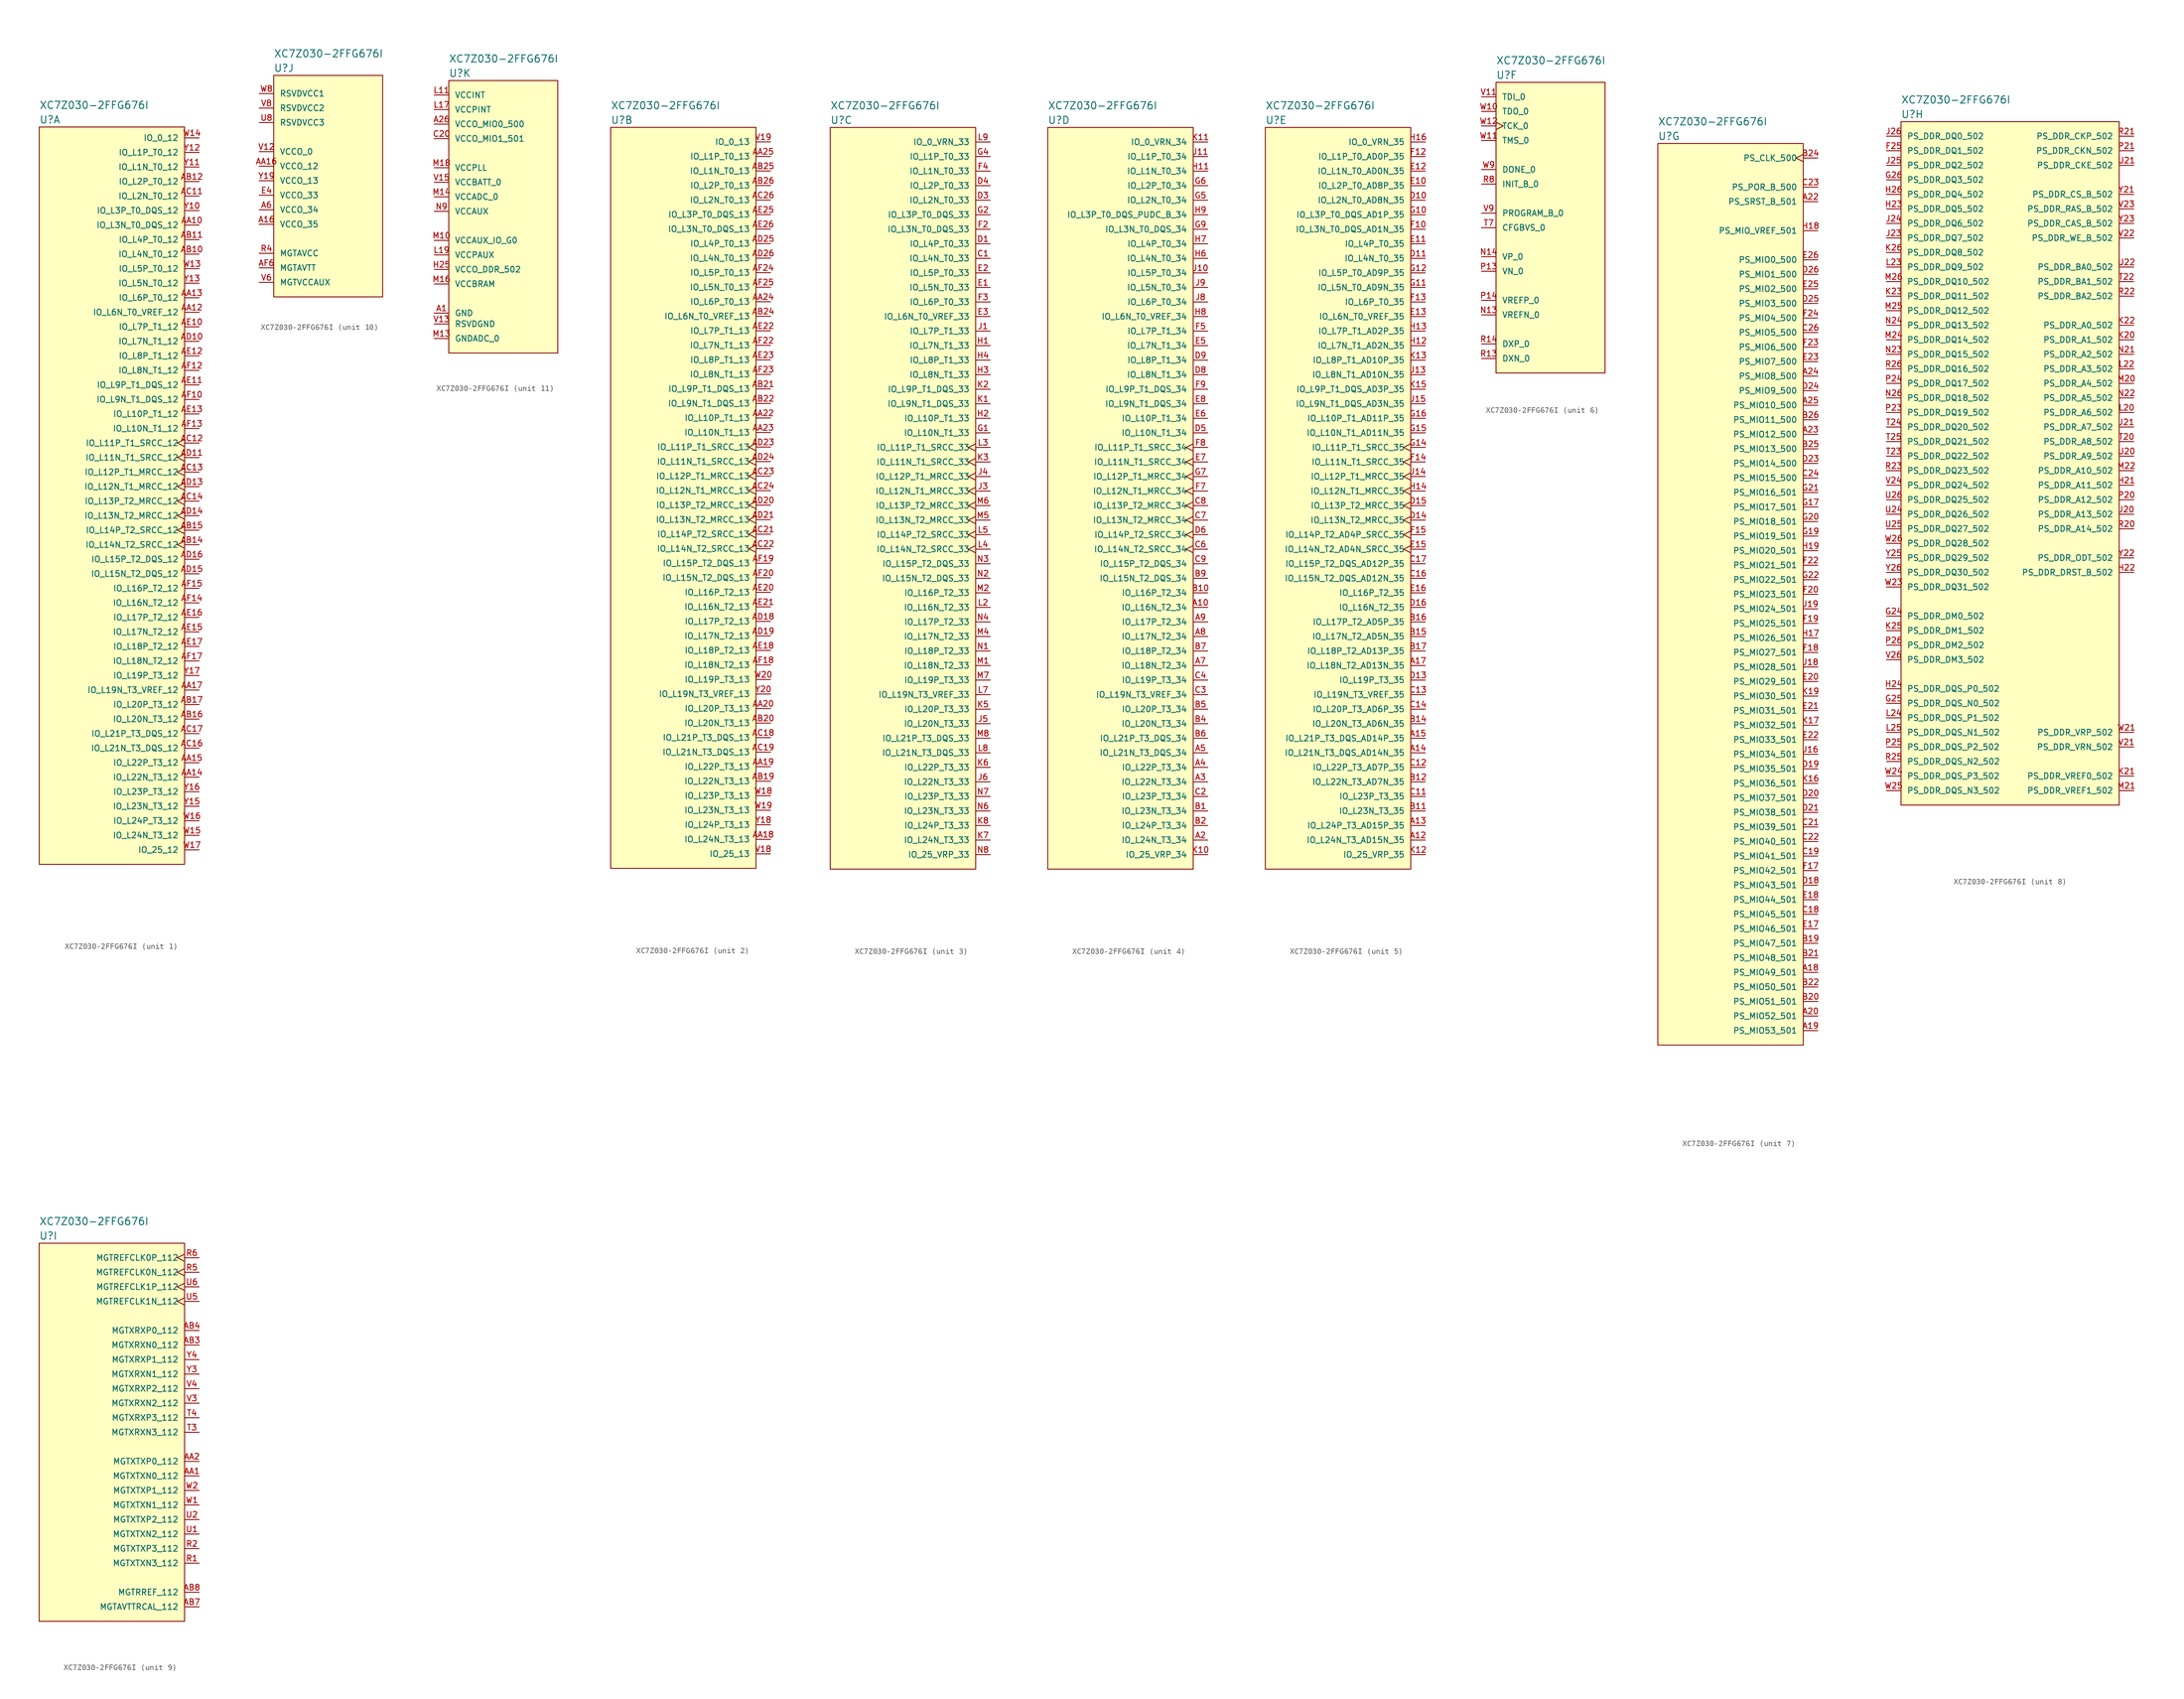
<source format=kicad_sym>
(kicad_symbol_lib
  (version 20220914)
  (generator kicad_symbol_editor)
  (symbol "XC7Z030-2FFG676I"
    (pin_names
      (offset 1.016))
    (property "Reference" "U"
      (at 0 1.27 0)
      (effects (font (size 1.27 1.27)) (justify left)))
    (property "Value" "XC7Z030-2FFG676I"
      (at 0 3.81 0)
      (effects (font (size 1.27 1.27)) (justify left)))
    (property "ki_locked" ""
      (at 0 0 0)
      (effects (font (size 1.27 1.27))))
    (symbol "XC7Z030-2FFG676I_1_1"
      (rectangle (start 0 0) (end 25.4 -128.905) (stroke (width 0) (type solid)) (fill (type background)))
      (pin bidirectional line (at 27.94 -17.145 180) (length 2.54) (name "IO_L3N_T0_DQS_12" (effects (font (size 1.016 1.016)))) (number "AA10" (effects (font (size 1.016 1.016)))))
      (pin bidirectional line (at 27.94 -32.385 180) (length 2.54) (name "IO_L6N_T0_VREF_12" (effects (font (size 1.016 1.016)))) (number "AA12" (effects (font (size 1.016 1.016)))))
      (pin bidirectional line (at 27.94 -29.845 180) (length 2.54) (name "IO_L6P_T0_12" (effects (font (size 1.016 1.016)))) (number "AA13" (effects (font (size 1.016 1.016)))))
      (pin bidirectional line (at 27.94 -113.665 180) (length 2.54) (name "IO_L22N_T3_12" (effects (font (size 1.016 1.016)))) (number "AA14" (effects (font (size 1.016 1.016)))))
      (pin bidirectional line (at 27.94 -111.125 180) (length 2.54) (name "IO_L22P_T3_12" (effects (font (size 1.016 1.016)))) (number "AA15" (effects (font (size 1.016 1.016)))))
      (pin bidirectional line (at 27.94 -98.425 180) (length 2.54) (name "IO_L19N_T3_VREF_12" (effects (font (size 1.016 1.016)))) (number "AA17" (effects (font (size 1.016 1.016)))))
      (pin bidirectional line (at 27.94 -22.225 180) (length 2.54) (name "IO_L4N_T0_12" (effects (font (size 1.016 1.016)))) (number "AB10" (effects (font (size 1.016 1.016)))))
      (pin bidirectional line (at 27.94 -19.685 180) (length 2.54) (name "IO_L4P_T0_12" (effects (font (size 1.016 1.016)))) (number "AB11" (effects (font (size 1.016 1.016)))))
      (pin bidirectional line (at 27.94 -9.525 180) (length 2.54) (name "IO_L2P_T0_12" (effects (font (size 1.016 1.016)))) (number "AB12" (effects (font (size 1.016 1.016)))))
      (pin bidirectional clock (at 27.94 -73.025 180) (length 2.54) (name "IO_L14N_T2_SRCC_12" (effects (font (size 1.016 1.016)))) (number "AB14" (effects (font (size 1.016 1.016)))))
      (pin bidirectional clock (at 27.94 -70.485 180) (length 2.54) (name "IO_L14P_T2_SRCC_12" (effects (font (size 1.016 1.016)))) (number "AB15" (effects (font (size 1.016 1.016)))))
      (pin bidirectional line (at 27.94 -103.505 180) (length 2.54) (name "IO_L20N_T3_12" (effects (font (size 1.016 1.016)))) (number "AB16" (effects (font (size 1.016 1.016)))))
      (pin bidirectional line (at 27.94 -100.965 180) (length 2.54) (name "IO_L20P_T3_12" (effects (font (size 1.016 1.016)))) (number "AB17" (effects (font (size 1.016 1.016)))))
      (pin bidirectional line (at 27.94 -12.065 180) (length 2.54) (name "IO_L2N_T0_12" (effects (font (size 1.016 1.016)))) (number "AC11" (effects (font (size 1.016 1.016)))))
      (pin bidirectional clock (at 27.94 -55.245 180) (length 2.54) (name "IO_L11P_T1_SRCC_12" (effects (font (size 1.016 1.016)))) (number "AC12" (effects (font (size 1.016 1.016)))))
      (pin bidirectional clock (at 27.94 -60.325 180) (length 2.54) (name "IO_L12P_T1_MRCC_12" (effects (font (size 1.016 1.016)))) (number "AC13" (effects (font (size 1.016 1.016)))))
      (pin bidirectional clock (at 27.94 -65.405 180) (length 2.54) (name "IO_L13P_T2_MRCC_12" (effects (font (size 1.016 1.016)))) (number "AC14" (effects (font (size 1.016 1.016)))))
      (pin bidirectional line (at 27.94 -108.585 180) (length 2.54) (name "IO_L21N_T3_DQS_12" (effects (font (size 1.016 1.016)))) (number "AC16" (effects (font (size 1.016 1.016)))))
      (pin bidirectional line (at 27.94 -106.045 180) (length 2.54) (name "IO_L21P_T3_DQS_12" (effects (font (size 1.016 1.016)))) (number "AC17" (effects (font (size 1.016 1.016)))))
      (pin bidirectional line (at 27.94 -37.465 180) (length 2.54) (name "IO_L7N_T1_12" (effects (font (size 1.016 1.016)))) (number "AD10" (effects (font (size 1.016 1.016)))))
      (pin bidirectional clock (at 27.94 -57.785 180) (length 2.54) (name "IO_L11N_T1_SRCC_12" (effects (font (size 1.016 1.016)))) (number "AD11" (effects (font (size 1.016 1.016)))))
      (pin bidirectional clock (at 27.94 -62.865 180) (length 2.54) (name "IO_L12N_T1_MRCC_12" (effects (font (size 1.016 1.016)))) (number "AD13" (effects (font (size 1.016 1.016)))))
      (pin bidirectional clock (at 27.94 -67.945 180) (length 2.54) (name "IO_L13N_T2_MRCC_12" (effects (font (size 1.016 1.016)))) (number "AD14" (effects (font (size 1.016 1.016)))))
      (pin bidirectional line (at 27.94 -78.105 180) (length 2.54) (name "IO_L15N_T2_DQS_12" (effects (font (size 1.016 1.016)))) (number "AD15" (effects (font (size 1.016 1.016)))))
      (pin bidirectional line (at 27.94 -75.565 180) (length 2.54) (name "IO_L15P_T2_DQS_12" (effects (font (size 1.016 1.016)))) (number "AD16" (effects (font (size 1.016 1.016)))))
      (pin bidirectional line (at 27.94 -34.925 180) (length 2.54) (name "IO_L7P_T1_12" (effects (font (size 1.016 1.016)))) (number "AE10" (effects (font (size 1.016 1.016)))))
      (pin bidirectional line (at 27.94 -45.085 180) (length 2.54) (name "IO_L9P_T1_DQS_12" (effects (font (size 1.016 1.016)))) (number "AE11" (effects (font (size 1.016 1.016)))))
      (pin bidirectional line (at 27.94 -40.005 180) (length 2.54) (name "IO_L8P_T1_12" (effects (font (size 1.016 1.016)))) (number "AE12" (effects (font (size 1.016 1.016)))))
      (pin bidirectional line (at 27.94 -50.165 180) (length 2.54) (name "IO_L10P_T1_12" (effects (font (size 1.016 1.016)))) (number "AE13" (effects (font (size 1.016 1.016)))))
      (pin bidirectional line (at 27.94 -88.265 180) (length 2.54) (name "IO_L17N_T2_12" (effects (font (size 1.016 1.016)))) (number "AE15" (effects (font (size 1.016 1.016)))))
      (pin bidirectional line (at 27.94 -85.725 180) (length 2.54) (name "IO_L17P_T2_12" (effects (font (size 1.016 1.016)))) (number "AE16" (effects (font (size 1.016 1.016)))))
      (pin bidirectional line (at 27.94 -90.805 180) (length 2.54) (name "IO_L18P_T2_12" (effects (font (size 1.016 1.016)))) (number "AE17" (effects (font (size 1.016 1.016)))))
      (pin bidirectional line (at 27.94 -47.625 180) (length 2.54) (name "IO_L9N_T1_DQS_12" (effects (font (size 1.016 1.016)))) (number "AF10" (effects (font (size 1.016 1.016)))))
      (pin bidirectional line (at 27.94 -42.545 180) (length 2.54) (name "IO_L8N_T1_12" (effects (font (size 1.016 1.016)))) (number "AF12" (effects (font (size 1.016 1.016)))))
      (pin bidirectional line (at 27.94 -52.705 180) (length 2.54) (name "IO_L10N_T1_12" (effects (font (size 1.016 1.016)))) (number "AF13" (effects (font (size 1.016 1.016)))))
      (pin bidirectional line (at 27.94 -83.185 180) (length 2.54) (name "IO_L16N_T2_12" (effects (font (size 1.016 1.016)))) (number "AF14" (effects (font (size 1.016 1.016)))))
      (pin bidirectional line (at 27.94 -80.645 180) (length 2.54) (name "IO_L16P_T2_12" (effects (font (size 1.016 1.016)))) (number "AF15" (effects (font (size 1.016 1.016)))))
      (pin bidirectional line (at 27.94 -93.345 180) (length 2.54) (name "IO_L18N_T2_12" (effects (font (size 1.016 1.016)))) (number "AF17" (effects (font (size 1.016 1.016)))))
      (pin bidirectional line (at 27.94 -24.765 180) (length 2.54) (name "IO_L5P_T0_12" (effects (font (size 1.016 1.016)))) (number "W13" (effects (font (size 1.016 1.016)))))
      (pin bidirectional line (at 27.94 -1.905 180) (length 2.54) (name "IO_0_12" (effects (font (size 1.016 1.016)))) (number "W14" (effects (font (size 1.016 1.016)))))
      (pin bidirectional line (at 27.94 -123.825 180) (length 2.54) (name "IO_L24N_T3_12" (effects (font (size 1.016 1.016)))) (number "W15" (effects (font (size 1.016 1.016)))))
      (pin bidirectional line (at 27.94 -121.285 180) (length 2.54) (name "IO_L24P_T3_12" (effects (font (size 1.016 1.016)))) (number "W16" (effects (font (size 1.016 1.016)))))
      (pin bidirectional line (at 27.94 -126.365 180) (length 2.54) (name "IO_25_12" (effects (font (size 1.016 1.016)))) (number "W17" (effects (font (size 1.016 1.016)))))
      (pin bidirectional line (at 27.94 -14.605 180) (length 2.54) (name "IO_L3P_T0_DQS_12" (effects (font (size 1.016 1.016)))) (number "Y10" (effects (font (size 1.016 1.016)))))
      (pin bidirectional line (at 27.94 -6.985 180) (length 2.54) (name "IO_L1N_T0_12" (effects (font (size 1.016 1.016)))) (number "Y11" (effects (font (size 1.016 1.016)))))
      (pin bidirectional line (at 27.94 -4.445 180) (length 2.54) (name "IO_L1P_T0_12" (effects (font (size 1.016 1.016)))) (number "Y12" (effects (font (size 1.016 1.016)))))
      (pin bidirectional line (at 27.94 -27.305 180) (length 2.54) (name "IO_L5N_T0_12" (effects (font (size 1.016 1.016)))) (number "Y13" (effects (font (size 1.016 1.016)))))
      (pin bidirectional line (at 27.94 -118.745 180) (length 2.54) (name "IO_L23N_T3_12" (effects (font (size 1.016 1.016)))) (number "Y15" (effects (font (size 1.016 1.016)))))
      (pin bidirectional line (at 27.94 -116.205 180) (length 2.54) (name "IO_L23P_T3_12" (effects (font (size 1.016 1.016)))) (number "Y16" (effects (font (size 1.016 1.016)))))
      (pin bidirectional line (at 27.94 -95.885 180) (length 2.54) (name "IO_L19P_T3_12" (effects (font (size 1.016 1.016)))) (number "Y17" (effects (font (size 1.016 1.016))))))
    (symbol "XC7Z030-2FFG676I_2_1"
      (rectangle (start 0 0) (end 25.4 -129.54) (stroke (width 0) (type solid)) (fill (type background)))
      (pin bidirectional line (at 27.94 -124.46 180) (length 2.54) (name "IO_L24N_T3_13" (effects (font (size 1.016 1.016)))) (number "AA18" (effects (font (size 1.016 1.016)))))
      (pin bidirectional line (at 27.94 -111.76 180) (length 2.54) (name "IO_L22P_T3_13" (effects (font (size 1.016 1.016)))) (number "AA19" (effects (font (size 1.016 1.016)))))
      (pin bidirectional line (at 27.94 -101.6 180) (length 2.54) (name "IO_L20P_T3_13" (effects (font (size 1.016 1.016)))) (number "AA20" (effects (font (size 1.016 1.016)))))
      (pin bidirectional line (at 27.94 -50.8 180) (length 2.54) (name "IO_L10P_T1_13" (effects (font (size 1.016 1.016)))) (number "AA22" (effects (font (size 1.016 1.016)))))
      (pin bidirectional line (at 27.94 -53.34 180) (length 2.54) (name "IO_L10N_T1_13" (effects (font (size 1.016 1.016)))) (number "AA23" (effects (font (size 1.016 1.016)))))
      (pin bidirectional line (at 27.94 -30.48 180) (length 2.54) (name "IO_L6P_T0_13" (effects (font (size 1.016 1.016)))) (number "AA24" (effects (font (size 1.016 1.016)))))
      (pin bidirectional line (at 27.94 -5.08 180) (length 2.54) (name "IO_L1P_T0_13" (effects (font (size 1.016 1.016)))) (number "AA25" (effects (font (size 1.016 1.016)))))
      (pin bidirectional line (at 27.94 -114.3 180) (length 2.54) (name "IO_L22N_T3_13" (effects (font (size 1.016 1.016)))) (number "AB19" (effects (font (size 1.016 1.016)))))
      (pin bidirectional line (at 27.94 -104.14 180) (length 2.54) (name "IO_L20N_T3_13" (effects (font (size 1.016 1.016)))) (number "AB20" (effects (font (size 1.016 1.016)))))
      (pin bidirectional line (at 27.94 -45.72 180) (length 2.54) (name "IO_L9P_T1_DQS_13" (effects (font (size 1.016 1.016)))) (number "AB21" (effects (font (size 1.016 1.016)))))
      (pin bidirectional line (at 27.94 -48.26 180) (length 2.54) (name "IO_L9N_T1_DQS_13" (effects (font (size 1.016 1.016)))) (number "AB22" (effects (font (size 1.016 1.016)))))
      (pin bidirectional line (at 27.94 -33.02 180) (length 2.54) (name "IO_L6N_T0_VREF_13" (effects (font (size 1.016 1.016)))) (number "AB24" (effects (font (size 1.016 1.016)))))
      (pin bidirectional line (at 27.94 -7.62 180) (length 2.54) (name "IO_L1N_T0_13" (effects (font (size 1.016 1.016)))) (number "AB25" (effects (font (size 1.016 1.016)))))
      (pin bidirectional line (at 27.94 -10.16 180) (length 2.54) (name "IO_L2P_T0_13" (effects (font (size 1.016 1.016)))) (number "AB26" (effects (font (size 1.016 1.016)))))
      (pin bidirectional line (at 27.94 -106.68 180) (length 2.54) (name "IO_L21P_T3_DQS_13" (effects (font (size 1.016 1.016)))) (number "AC18" (effects (font (size 1.016 1.016)))))
      (pin bidirectional line (at 27.94 -109.22 180) (length 2.54) (name "IO_L21N_T3_DQS_13" (effects (font (size 1.016 1.016)))) (number "AC19" (effects (font (size 1.016 1.016)))))
      (pin bidirectional clock (at 27.94 -71.12 180) (length 2.54) (name "IO_L14P_T2_SRCC_13" (effects (font (size 1.016 1.016)))) (number "AC21" (effects (font (size 1.016 1.016)))))
      (pin bidirectional clock (at 27.94 -73.66 180) (length 2.54) (name "IO_L14N_T2_SRCC_13" (effects (font (size 1.016 1.016)))) (number "AC22" (effects (font (size 1.016 1.016)))))
      (pin bidirectional clock (at 27.94 -60.96 180) (length 2.54) (name "IO_L12P_T1_MRCC_13" (effects (font (size 1.016 1.016)))) (number "AC23" (effects (font (size 1.016 1.016)))))
      (pin bidirectional clock (at 27.94 -63.5 180) (length 2.54) (name "IO_L12N_T1_MRCC_13" (effects (font (size 1.016 1.016)))) (number "AC24" (effects (font (size 1.016 1.016)))))
      (pin bidirectional line (at 27.94 -12.7 180) (length 2.54) (name "IO_L2N_T0_13" (effects (font (size 1.016 1.016)))) (number "AC26" (effects (font (size 1.016 1.016)))))
      (pin bidirectional line (at 27.94 -86.36 180) (length 2.54) (name "IO_L17P_T2_13" (effects (font (size 1.016 1.016)))) (number "AD18" (effects (font (size 1.016 1.016)))))
      (pin bidirectional line (at 27.94 -88.9 180) (length 2.54) (name "IO_L17N_T2_13" (effects (font (size 1.016 1.016)))) (number "AD19" (effects (font (size 1.016 1.016)))))
      (pin bidirectional clock (at 27.94 -66.04 180) (length 2.54) (name "IO_L13P_T2_MRCC_13" (effects (font (size 1.016 1.016)))) (number "AD20" (effects (font (size 1.016 1.016)))))
      (pin bidirectional clock (at 27.94 -68.58 180) (length 2.54) (name "IO_L13N_T2_MRCC_13" (effects (font (size 1.016 1.016)))) (number "AD21" (effects (font (size 1.016 1.016)))))
      (pin bidirectional clock (at 27.94 -55.88 180) (length 2.54) (name "IO_L11P_T1_SRCC_13" (effects (font (size 1.016 1.016)))) (number "AD23" (effects (font (size 1.016 1.016)))))
      (pin bidirectional clock (at 27.94 -58.42 180) (length 2.54) (name "IO_L11N_T1_SRCC_13" (effects (font (size 1.016 1.016)))) (number "AD24" (effects (font (size 1.016 1.016)))))
      (pin bidirectional line (at 27.94 -20.32 180) (length 2.54) (name "IO_L4P_T0_13" (effects (font (size 1.016 1.016)))) (number "AD25" (effects (font (size 1.016 1.016)))))
      (pin bidirectional line (at 27.94 -22.86 180) (length 2.54) (name "IO_L4N_T0_13" (effects (font (size 1.016 1.016)))) (number "AD26" (effects (font (size 1.016 1.016)))))
      (pin bidirectional line (at 27.94 -91.44 180) (length 2.54) (name "IO_L18P_T2_13" (effects (font (size 1.016 1.016)))) (number "AE18" (effects (font (size 1.016 1.016)))))
      (pin bidirectional line (at 27.94 -81.28 180) (length 2.54) (name "IO_L16P_T2_13" (effects (font (size 1.016 1.016)))) (number "AE20" (effects (font (size 1.016 1.016)))))
      (pin bidirectional line (at 27.94 -83.82 180) (length 2.54) (name "IO_L16N_T2_13" (effects (font (size 1.016 1.016)))) (number "AE21" (effects (font (size 1.016 1.016)))))
      (pin bidirectional line (at 27.94 -35.56 180) (length 2.54) (name "IO_L7P_T1_13" (effects (font (size 1.016 1.016)))) (number "AE22" (effects (font (size 1.016 1.016)))))
      (pin bidirectional line (at 27.94 -40.64 180) (length 2.54) (name "IO_L8P_T1_13" (effects (font (size 1.016 1.016)))) (number "AE23" (effects (font (size 1.016 1.016)))))
      (pin bidirectional line (at 27.94 -15.24 180) (length 2.54) (name "IO_L3P_T0_DQS_13" (effects (font (size 1.016 1.016)))) (number "AE25" (effects (font (size 1.016 1.016)))))
      (pin bidirectional line (at 27.94 -17.78 180) (length 2.54) (name "IO_L3N_T0_DQS_13" (effects (font (size 1.016 1.016)))) (number "AE26" (effects (font (size 1.016 1.016)))))
      (pin bidirectional line (at 27.94 -93.98 180) (length 2.54) (name "IO_L18N_T2_13" (effects (font (size 1.016 1.016)))) (number "AF18" (effects (font (size 1.016 1.016)))))
      (pin bidirectional line (at 27.94 -76.2 180) (length 2.54) (name "IO_L15P_T2_DQS_13" (effects (font (size 1.016 1.016)))) (number "AF19" (effects (font (size 1.016 1.016)))))
      (pin bidirectional line (at 27.94 -78.74 180) (length 2.54) (name "IO_L15N_T2_DQS_13" (effects (font (size 1.016 1.016)))) (number "AF20" (effects (font (size 1.016 1.016)))))
      (pin bidirectional line (at 27.94 -38.1 180) (length 2.54) (name "IO_L7N_T1_13" (effects (font (size 1.016 1.016)))) (number "AF22" (effects (font (size 1.016 1.016)))))
      (pin bidirectional line (at 27.94 -43.18 180) (length 2.54) (name "IO_L8N_T1_13" (effects (font (size 1.016 1.016)))) (number "AF23" (effects (font (size 1.016 1.016)))))
      (pin bidirectional line (at 27.94 -25.4 180) (length 2.54) (name "IO_L5P_T0_13" (effects (font (size 1.016 1.016)))) (number "AF24" (effects (font (size 1.016 1.016)))))
      (pin bidirectional line (at 27.94 -27.94 180) (length 2.54) (name "IO_L5N_T0_13" (effects (font (size 1.016 1.016)))) (number "AF25" (effects (font (size 1.016 1.016)))))
      (pin bidirectional line (at 27.94 -127 180) (length 2.54) (name "IO_25_13" (effects (font (size 1.016 1.016)))) (number "V18" (effects (font (size 1.016 1.016)))))
      (pin bidirectional line (at 27.94 -2.54 180) (length 2.54) (name "IO_0_13" (effects (font (size 1.016 1.016)))) (number "V19" (effects (font (size 1.016 1.016)))))
      (pin bidirectional line (at 27.94 -116.84 180) (length 2.54) (name "IO_L23P_T3_13" (effects (font (size 1.016 1.016)))) (number "W18" (effects (font (size 1.016 1.016)))))
      (pin bidirectional line (at 27.94 -119.38 180) (length 2.54) (name "IO_L23N_T3_13" (effects (font (size 1.016 1.016)))) (number "W19" (effects (font (size 1.016 1.016)))))
      (pin bidirectional line (at 27.94 -96.52 180) (length 2.54) (name "IO_L19P_T3_13" (effects (font (size 1.016 1.016)))) (number "W20" (effects (font (size 1.016 1.016)))))
      (pin bidirectional line (at 27.94 -121.92 180) (length 2.54) (name "IO_L24P_T3_13" (effects (font (size 1.016 1.016)))) (number "Y18" (effects (font (size 1.016 1.016)))))
      (pin bidirectional line (at 27.94 -99.06 180) (length 2.54) (name "IO_L19N_T3_VREF_13" (effects (font (size 1.016 1.016)))) (number "Y20" (effects (font (size 1.016 1.016))))))
    (symbol "XC7Z030-2FFG676I_3_1"
      (rectangle (start 0 0) (end 25.4 -129.54) (stroke (width 0) (type solid)) (fill (type background)))
      (pin bidirectional line (at 27.94 -22.86 180) (length 2.54) (name "IO_L4N_T0_33" (effects (font (size 1.016 1.016)))) (number "C1" (effects (font (size 1.016 1.016)))))
      (pin bidirectional line (at 27.94 -20.32 180) (length 2.54) (name "IO_L4P_T0_33" (effects (font (size 1.016 1.016)))) (number "D1" (effects (font (size 1.016 1.016)))))
      (pin bidirectional line (at 27.94 -12.7 180) (length 2.54) (name "IO_L2N_T0_33" (effects (font (size 1.016 1.016)))) (number "D3" (effects (font (size 1.016 1.016)))))
      (pin bidirectional line (at 27.94 -10.16 180) (length 2.54) (name "IO_L2P_T0_33" (effects (font (size 1.016 1.016)))) (number "D4" (effects (font (size 1.016 1.016)))))
      (pin bidirectional line (at 27.94 -27.94 180) (length 2.54) (name "IO_L5N_T0_33" (effects (font (size 1.016 1.016)))) (number "E1" (effects (font (size 1.016 1.016)))))
      (pin bidirectional line (at 27.94 -25.4 180) (length 2.54) (name "IO_L5P_T0_33" (effects (font (size 1.016 1.016)))) (number "E2" (effects (font (size 1.016 1.016)))))
      (pin bidirectional line (at 27.94 -33.02 180) (length 2.54) (name "IO_L6N_T0_VREF_33" (effects (font (size 1.016 1.016)))) (number "E3" (effects (font (size 1.016 1.016)))))
      (pin bidirectional line (at 27.94 -17.78 180) (length 2.54) (name "IO_L3N_T0_DQS_33" (effects (font (size 1.016 1.016)))) (number "F2" (effects (font (size 1.016 1.016)))))
      (pin bidirectional line (at 27.94 -30.48 180) (length 2.54) (name "IO_L6P_T0_33" (effects (font (size 1.016 1.016)))) (number "F3" (effects (font (size 1.016 1.016)))))
      (pin bidirectional line (at 27.94 -7.62 180) (length 2.54) (name "IO_L1N_T0_33" (effects (font (size 1.016 1.016)))) (number "F4" (effects (font (size 1.016 1.016)))))
      (pin bidirectional line (at 27.94 -53.34 180) (length 2.54) (name "IO_L10N_T1_33" (effects (font (size 1.016 1.016)))) (number "G1" (effects (font (size 1.016 1.016)))))
      (pin bidirectional line (at 27.94 -15.24 180) (length 2.54) (name "IO_L3P_T0_DQS_33" (effects (font (size 1.016 1.016)))) (number "G2" (effects (font (size 1.016 1.016)))))
      (pin bidirectional line (at 27.94 -5.08 180) (length 2.54) (name "IO_L1P_T0_33" (effects (font (size 1.016 1.016)))) (number "G4" (effects (font (size 1.016 1.016)))))
      (pin bidirectional line (at 27.94 -38.1 180) (length 2.54) (name "IO_L7N_T1_33" (effects (font (size 1.016 1.016)))) (number "H1" (effects (font (size 1.016 1.016)))))
      (pin bidirectional line (at 27.94 -50.8 180) (length 2.54) (name "IO_L10P_T1_33" (effects (font (size 1.016 1.016)))) (number "H2" (effects (font (size 1.016 1.016)))))
      (pin bidirectional line (at 27.94 -43.18 180) (length 2.54) (name "IO_L8N_T1_33" (effects (font (size 1.016 1.016)))) (number "H3" (effects (font (size 1.016 1.016)))))
      (pin bidirectional line (at 27.94 -40.64 180) (length 2.54) (name "IO_L8P_T1_33" (effects (font (size 1.016 1.016)))) (number "H4" (effects (font (size 1.016 1.016)))))
      (pin bidirectional line (at 27.94 -35.56 180) (length 2.54) (name "IO_L7P_T1_33" (effects (font (size 1.016 1.016)))) (number "J1" (effects (font (size 1.016 1.016)))))
      (pin bidirectional clock (at 27.94 -63.5 180) (length 2.54) (name "IO_L12N_T1_MRCC_33" (effects (font (size 1.016 1.016)))) (number "J3" (effects (font (size 1.016 1.016)))))
      (pin bidirectional clock (at 27.94 -60.96 180) (length 2.54) (name "IO_L12P_T1_MRCC_33" (effects (font (size 1.016 1.016)))) (number "J4" (effects (font (size 1.016 1.016)))))
      (pin bidirectional line (at 27.94 -104.14 180) (length 2.54) (name "IO_L20N_T3_33" (effects (font (size 1.016 1.016)))) (number "J5" (effects (font (size 1.016 1.016)))))
      (pin bidirectional line (at 27.94 -114.3 180) (length 2.54) (name "IO_L22N_T3_33" (effects (font (size 1.016 1.016)))) (number "J6" (effects (font (size 1.016 1.016)))))
      (pin bidirectional line (at 27.94 -48.26 180) (length 2.54) (name "IO_L9N_T1_DQS_33" (effects (font (size 1.016 1.016)))) (number "K1" (effects (font (size 1.016 1.016)))))
      (pin bidirectional line (at 27.94 -45.72 180) (length 2.54) (name "IO_L9P_T1_DQS_33" (effects (font (size 1.016 1.016)))) (number "K2" (effects (font (size 1.016 1.016)))))
      (pin bidirectional clock (at 27.94 -58.42 180) (length 2.54) (name "IO_L11N_T1_SRCC_33" (effects (font (size 1.016 1.016)))) (number "K3" (effects (font (size 1.016 1.016)))))
      (pin bidirectional line (at 27.94 -101.6 180) (length 2.54) (name "IO_L20P_T3_33" (effects (font (size 1.016 1.016)))) (number "K5" (effects (font (size 1.016 1.016)))))
      (pin bidirectional line (at 27.94 -111.76 180) (length 2.54) (name "IO_L22P_T3_33" (effects (font (size 1.016 1.016)))) (number "K6" (effects (font (size 1.016 1.016)))))
      (pin bidirectional line (at 27.94 -124.46 180) (length 2.54) (name "IO_L24N_T3_33" (effects (font (size 1.016 1.016)))) (number "K7" (effects (font (size 1.016 1.016)))))
      (pin bidirectional line (at 27.94 -121.92 180) (length 2.54) (name "IO_L24P_T3_33" (effects (font (size 1.016 1.016)))) (number "K8" (effects (font (size 1.016 1.016)))))
      (pin bidirectional line (at 27.94 -83.82 180) (length 2.54) (name "IO_L16N_T2_33" (effects (font (size 1.016 1.016)))) (number "L2" (effects (font (size 1.016 1.016)))))
      (pin bidirectional clock (at 27.94 -55.88 180) (length 2.54) (name "IO_L11P_T1_SRCC_33" (effects (font (size 1.016 1.016)))) (number "L3" (effects (font (size 1.016 1.016)))))
      (pin bidirectional clock (at 27.94 -73.66 180) (length 2.54) (name "IO_L14N_T2_SRCC_33" (effects (font (size 1.016 1.016)))) (number "L4" (effects (font (size 1.016 1.016)))))
      (pin bidirectional clock (at 27.94 -71.12 180) (length 2.54) (name "IO_L14P_T2_SRCC_33" (effects (font (size 1.016 1.016)))) (number "L5" (effects (font (size 1.016 1.016)))))
      (pin bidirectional line (at 27.94 -99.06 180) (length 2.54) (name "IO_L19N_T3_VREF_33" (effects (font (size 1.016 1.016)))) (number "L7" (effects (font (size 1.016 1.016)))))
      (pin bidirectional line (at 27.94 -109.22 180) (length 2.54) (name "IO_L21N_T3_DQS_33" (effects (font (size 1.016 1.016)))) (number "L8" (effects (font (size 1.016 1.016)))))
      (pin bidirectional line (at 27.94 -2.54 180) (length 2.54) (name "IO_0_VRN_33" (effects (font (size 1.016 1.016)))) (number "L9" (effects (font (size 1.016 1.016)))))
      (pin bidirectional line (at 27.94 -93.98 180) (length 2.54) (name "IO_L18N_T2_33" (effects (font (size 1.016 1.016)))) (number "M1" (effects (font (size 1.016 1.016)))))
      (pin bidirectional line (at 27.94 -81.28 180) (length 2.54) (name "IO_L16P_T2_33" (effects (font (size 1.016 1.016)))) (number "M2" (effects (font (size 1.016 1.016)))))
      (pin bidirectional line (at 27.94 -88.9 180) (length 2.54) (name "IO_L17N_T2_33" (effects (font (size 1.016 1.016)))) (number "M4" (effects (font (size 1.016 1.016)))))
      (pin bidirectional clock (at 27.94 -68.58 180) (length 2.54) (name "IO_L13N_T2_MRCC_33" (effects (font (size 1.016 1.016)))) (number "M5" (effects (font (size 1.016 1.016)))))
      (pin bidirectional clock (at 27.94 -66.04 180) (length 2.54) (name "IO_L13P_T2_MRCC_33" (effects (font (size 1.016 1.016)))) (number "M6" (effects (font (size 1.016 1.016)))))
      (pin bidirectional line (at 27.94 -96.52 180) (length 2.54) (name "IO_L19P_T3_33" (effects (font (size 1.016 1.016)))) (number "M7" (effects (font (size 1.016 1.016)))))
      (pin bidirectional line (at 27.94 -106.68 180) (length 2.54) (name "IO_L21P_T3_DQS_33" (effects (font (size 1.016 1.016)))) (number "M8" (effects (font (size 1.016 1.016)))))
      (pin bidirectional line (at 27.94 -91.44 180) (length 2.54) (name "IO_L18P_T2_33" (effects (font (size 1.016 1.016)))) (number "N1" (effects (font (size 1.016 1.016)))))
      (pin bidirectional line (at 27.94 -78.74 180) (length 2.54) (name "IO_L15N_T2_DQS_33" (effects (font (size 1.016 1.016)))) (number "N2" (effects (font (size 1.016 1.016)))))
      (pin bidirectional line (at 27.94 -76.2 180) (length 2.54) (name "IO_L15P_T2_DQS_33" (effects (font (size 1.016 1.016)))) (number "N3" (effects (font (size 1.016 1.016)))))
      (pin bidirectional line (at 27.94 -86.36 180) (length 2.54) (name "IO_L17P_T2_33" (effects (font (size 1.016 1.016)))) (number "N4" (effects (font (size 1.016 1.016)))))
      (pin bidirectional line (at 27.94 -119.38 180) (length 2.54) (name "IO_L23N_T3_33" (effects (font (size 1.016 1.016)))) (number "N6" (effects (font (size 1.016 1.016)))))
      (pin bidirectional line (at 27.94 -116.84 180) (length 2.54) (name "IO_L23P_T3_33" (effects (font (size 1.016 1.016)))) (number "N7" (effects (font (size 1.016 1.016)))))
      (pin bidirectional line (at 27.94 -127 180) (length 2.54) (name "IO_25_VRP_33" (effects (font (size 1.016 1.016)))) (number "N8" (effects (font (size 1.016 1.016))))))
    (symbol "XC7Z030-2FFG676I_4_1"
      (rectangle (start 0 0) (end 25.4 -129.54) (stroke (width 0) (type solid)) (fill (type background)))
      (pin bidirectional line (at 27.94 -83.82 180) (length 2.54) (name "IO_L16N_T2_34" (effects (font (size 1.016 1.016)))) (number "A10" (effects (font (size 1.016 1.016)))))
      (pin bidirectional line (at 27.94 -124.46 180) (length 2.54) (name "IO_L24N_T3_34" (effects (font (size 1.016 1.016)))) (number "A2" (effects (font (size 1.016 1.016)))))
      (pin bidirectional line (at 27.94 -114.3 180) (length 2.54) (name "IO_L22N_T3_34" (effects (font (size 1.016 1.016)))) (number "A3" (effects (font (size 1.016 1.016)))))
      (pin bidirectional line (at 27.94 -111.76 180) (length 2.54) (name "IO_L22P_T3_34" (effects (font (size 1.016 1.016)))) (number "A4" (effects (font (size 1.016 1.016)))))
      (pin bidirectional line (at 27.94 -109.22 180) (length 2.54) (name "IO_L21N_T3_DQS_34" (effects (font (size 1.016 1.016)))) (number "A5" (effects (font (size 1.016 1.016)))))
      (pin bidirectional line (at 27.94 -93.98 180) (length 2.54) (name "IO_L18N_T2_34" (effects (font (size 1.016 1.016)))) (number "A7" (effects (font (size 1.016 1.016)))))
      (pin bidirectional line (at 27.94 -88.9 180) (length 2.54) (name "IO_L17N_T2_34" (effects (font (size 1.016 1.016)))) (number "A8" (effects (font (size 1.016 1.016)))))
      (pin bidirectional line (at 27.94 -86.36 180) (length 2.54) (name "IO_L17P_T2_34" (effects (font (size 1.016 1.016)))) (number "A9" (effects (font (size 1.016 1.016)))))
      (pin bidirectional line (at 27.94 -119.38 180) (length 2.54) (name "IO_L23N_T3_34" (effects (font (size 1.016 1.016)))) (number "B1" (effects (font (size 1.016 1.016)))))
      (pin bidirectional line (at 27.94 -81.28 180) (length 2.54) (name "IO_L16P_T2_34" (effects (font (size 1.016 1.016)))) (number "B10" (effects (font (size 1.016 1.016)))))
      (pin bidirectional line (at 27.94 -121.92 180) (length 2.54) (name "IO_L24P_T3_34" (effects (font (size 1.016 1.016)))) (number "B2" (effects (font (size 1.016 1.016)))))
      (pin bidirectional line (at 27.94 -104.14 180) (length 2.54) (name "IO_L20N_T3_34" (effects (font (size 1.016 1.016)))) (number "B4" (effects (font (size 1.016 1.016)))))
      (pin bidirectional line (at 27.94 -101.6 180) (length 2.54) (name "IO_L20P_T3_34" (effects (font (size 1.016 1.016)))) (number "B5" (effects (font (size 1.016 1.016)))))
      (pin bidirectional line (at 27.94 -106.68 180) (length 2.54) (name "IO_L21P_T3_DQS_34" (effects (font (size 1.016 1.016)))) (number "B6" (effects (font (size 1.016 1.016)))))
      (pin bidirectional line (at 27.94 -91.44 180) (length 2.54) (name "IO_L18P_T2_34" (effects (font (size 1.016 1.016)))) (number "B7" (effects (font (size 1.016 1.016)))))
      (pin bidirectional line (at 27.94 -78.74 180) (length 2.54) (name "IO_L15N_T2_DQS_34" (effects (font (size 1.016 1.016)))) (number "B9" (effects (font (size 1.016 1.016)))))
      (pin bidirectional line (at 27.94 -116.84 180) (length 2.54) (name "IO_L23P_T3_34" (effects (font (size 1.016 1.016)))) (number "C2" (effects (font (size 1.016 1.016)))))
      (pin bidirectional line (at 27.94 -99.06 180) (length 2.54) (name "IO_L19N_T3_VREF_34" (effects (font (size 1.016 1.016)))) (number "C3" (effects (font (size 1.016 1.016)))))
      (pin bidirectional line (at 27.94 -96.52 180) (length 2.54) (name "IO_L19P_T3_34" (effects (font (size 1.016 1.016)))) (number "C4" (effects (font (size 1.016 1.016)))))
      (pin bidirectional clock (at 27.94 -73.66 180) (length 2.54) (name "IO_L14N_T2_SRCC_34" (effects (font (size 1.016 1.016)))) (number "C6" (effects (font (size 1.016 1.016)))))
      (pin bidirectional clock (at 27.94 -68.58 180) (length 2.54) (name "IO_L13N_T2_MRCC_34" (effects (font (size 1.016 1.016)))) (number "C7" (effects (font (size 1.016 1.016)))))
      (pin bidirectional clock (at 27.94 -66.04 180) (length 2.54) (name "IO_L13P_T2_MRCC_34" (effects (font (size 1.016 1.016)))) (number "C8" (effects (font (size 1.016 1.016)))))
      (pin bidirectional line (at 27.94 -76.2 180) (length 2.54) (name "IO_L15P_T2_DQS_34" (effects (font (size 1.016 1.016)))) (number "C9" (effects (font (size 1.016 1.016)))))
      (pin bidirectional line (at 27.94 -53.34 180) (length 2.54) (name "IO_L10N_T1_34" (effects (font (size 1.016 1.016)))) (number "D5" (effects (font (size 1.016 1.016)))))
      (pin bidirectional clock (at 27.94 -71.12 180) (length 2.54) (name "IO_L14P_T2_SRCC_34" (effects (font (size 1.016 1.016)))) (number "D6" (effects (font (size 1.016 1.016)))))
      (pin bidirectional line (at 27.94 -43.18 180) (length 2.54) (name "IO_L8N_T1_34" (effects (font (size 1.016 1.016)))) (number "D8" (effects (font (size 1.016 1.016)))))
      (pin bidirectional line (at 27.94 -40.64 180) (length 2.54) (name "IO_L8P_T1_34" (effects (font (size 1.016 1.016)))) (number "D9" (effects (font (size 1.016 1.016)))))
      (pin bidirectional line (at 27.94 -38.1 180) (length 2.54) (name "IO_L7N_T1_34" (effects (font (size 1.016 1.016)))) (number "E5" (effects (font (size 1.016 1.016)))))
      (pin bidirectional line (at 27.94 -50.8 180) (length 2.54) (name "IO_L10P_T1_34" (effects (font (size 1.016 1.016)))) (number "E6" (effects (font (size 1.016 1.016)))))
      (pin bidirectional clock (at 27.94 -58.42 180) (length 2.54) (name "IO_L11N_T1_SRCC_34" (effects (font (size 1.016 1.016)))) (number "E7" (effects (font (size 1.016 1.016)))))
      (pin bidirectional line (at 27.94 -48.26 180) (length 2.54) (name "IO_L9N_T1_DQS_34" (effects (font (size 1.016 1.016)))) (number "E8" (effects (font (size 1.016 1.016)))))
      (pin bidirectional line (at 27.94 -35.56 180) (length 2.54) (name "IO_L7P_T1_34" (effects (font (size 1.016 1.016)))) (number "F5" (effects (font (size 1.016 1.016)))))
      (pin bidirectional clock (at 27.94 -63.5 180) (length 2.54) (name "IO_L12N_T1_MRCC_34" (effects (font (size 1.016 1.016)))) (number "F7" (effects (font (size 1.016 1.016)))))
      (pin bidirectional clock (at 27.94 -55.88 180) (length 2.54) (name "IO_L11P_T1_SRCC_34" (effects (font (size 1.016 1.016)))) (number "F8" (effects (font (size 1.016 1.016)))))
      (pin bidirectional line (at 27.94 -45.72 180) (length 2.54) (name "IO_L9P_T1_DQS_34" (effects (font (size 1.016 1.016)))) (number "F9" (effects (font (size 1.016 1.016)))))
      (pin bidirectional line (at 27.94 -12.7 180) (length 2.54) (name "IO_L2N_T0_34" (effects (font (size 1.016 1.016)))) (number "G5" (effects (font (size 1.016 1.016)))))
      (pin bidirectional line (at 27.94 -10.16 180) (length 2.54) (name "IO_L2P_T0_34" (effects (font (size 1.016 1.016)))) (number "G6" (effects (font (size 1.016 1.016)))))
      (pin bidirectional clock (at 27.94 -60.96 180) (length 2.54) (name "IO_L12P_T1_MRCC_34" (effects (font (size 1.016 1.016)))) (number "G7" (effects (font (size 1.016 1.016)))))
      (pin bidirectional line (at 27.94 -17.78 180) (length 2.54) (name "IO_L3N_T0_DQS_34" (effects (font (size 1.016 1.016)))) (number "G9" (effects (font (size 1.016 1.016)))))
      (pin bidirectional line (at 27.94 -7.62 180) (length 2.54) (name "IO_L1N_T0_34" (effects (font (size 1.016 1.016)))) (number "H11" (effects (font (size 1.016 1.016)))))
      (pin bidirectional line (at 27.94 -22.86 180) (length 2.54) (name "IO_L4N_T0_34" (effects (font (size 1.016 1.016)))) (number "H6" (effects (font (size 1.016 1.016)))))
      (pin bidirectional line (at 27.94 -20.32 180) (length 2.54) (name "IO_L4P_T0_34" (effects (font (size 1.016 1.016)))) (number "H7" (effects (font (size 1.016 1.016)))))
      (pin bidirectional line (at 27.94 -33.02 180) (length 2.54) (name "IO_L6N_T0_VREF_34" (effects (font (size 1.016 1.016)))) (number "H8" (effects (font (size 1.016 1.016)))))
      (pin bidirectional line (at 27.94 -15.24 180) (length 2.54) (name "IO_L3P_T0_DQS_PUDC_B_34" (effects (font (size 1.016 1.016)))) (number "H9" (effects (font (size 1.016 1.016)))))
      (pin bidirectional line (at 27.94 -25.4 180) (length 2.54) (name "IO_L5P_T0_34" (effects (font (size 1.016 1.016)))) (number "J10" (effects (font (size 1.016 1.016)))))
      (pin bidirectional line (at 27.94 -5.08 180) (length 2.54) (name "IO_L1P_T0_34" (effects (font (size 1.016 1.016)))) (number "J11" (effects (font (size 1.016 1.016)))))
      (pin bidirectional line (at 27.94 -30.48 180) (length 2.54) (name "IO_L6P_T0_34" (effects (font (size 1.016 1.016)))) (number "J8" (effects (font (size 1.016 1.016)))))
      (pin bidirectional line (at 27.94 -27.94 180) (length 2.54) (name "IO_L5N_T0_34" (effects (font (size 1.016 1.016)))) (number "J9" (effects (font (size 1.016 1.016)))))
      (pin bidirectional line (at 27.94 -127 180) (length 2.54) (name "IO_25_VRP_34" (effects (font (size 1.016 1.016)))) (number "K10" (effects (font (size 1.016 1.016)))))
      (pin bidirectional line (at 27.94 -2.54 180) (length 2.54) (name "IO_0_VRN_34" (effects (font (size 1.016 1.016)))) (number "K11" (effects (font (size 1.016 1.016))))))
    (symbol "XC7Z030-2FFG676I_5_1"
      (rectangle (start 0 0) (end 25.4 -129.54) (stroke (width 0) (type solid)) (fill (type background)))
      (pin bidirectional line (at 27.94 -124.46 180) (length 2.54) (name "IO_L24N_T3_AD15N_35" (effects (font (size 1.016 1.016)))) (number "A12" (effects (font (size 1.016 1.016)))))
      (pin bidirectional line (at 27.94 -121.92 180) (length 2.54) (name "IO_L24P_T3_AD15P_35" (effects (font (size 1.016 1.016)))) (number "A13" (effects (font (size 1.016 1.016)))))
      (pin bidirectional line (at 27.94 -109.22 180) (length 2.54) (name "IO_L21N_T3_DQS_AD14N_35" (effects (font (size 1.016 1.016)))) (number "A14" (effects (font (size 1.016 1.016)))))
      (pin bidirectional line (at 27.94 -106.68 180) (length 2.54) (name "IO_L21P_T3_DQS_AD14P_35" (effects (font (size 1.016 1.016)))) (number "A15" (effects (font (size 1.016 1.016)))))
      (pin bidirectional line (at 27.94 -93.98 180) (length 2.54) (name "IO_L18N_T2_AD13N_35" (effects (font (size 1.016 1.016)))) (number "A17" (effects (font (size 1.016 1.016)))))
      (pin bidirectional line (at 27.94 -119.38 180) (length 2.54) (name "IO_L23N_T3_35" (effects (font (size 1.016 1.016)))) (number "B11" (effects (font (size 1.016 1.016)))))
      (pin bidirectional line (at 27.94 -114.3 180) (length 2.54) (name "IO_L22N_T3_AD7N_35" (effects (font (size 1.016 1.016)))) (number "B12" (effects (font (size 1.016 1.016)))))
      (pin bidirectional line (at 27.94 -104.14 180) (length 2.54) (name "IO_L20N_T3_AD6N_35" (effects (font (size 1.016 1.016)))) (number "B14" (effects (font (size 1.016 1.016)))))
      (pin bidirectional line (at 27.94 -88.9 180) (length 2.54) (name "IO_L17N_T2_AD5N_35" (effects (font (size 1.016 1.016)))) (number "B15" (effects (font (size 1.016 1.016)))))
      (pin bidirectional line (at 27.94 -86.36 180) (length 2.54) (name "IO_L17P_T2_AD5P_35" (effects (font (size 1.016 1.016)))) (number "B16" (effects (font (size 1.016 1.016)))))
      (pin bidirectional line (at 27.94 -91.44 180) (length 2.54) (name "IO_L18P_T2_AD13P_35" (effects (font (size 1.016 1.016)))) (number "B17" (effects (font (size 1.016 1.016)))))
      (pin bidirectional line (at 27.94 -116.84 180) (length 2.54) (name "IO_L23P_T3_35" (effects (font (size 1.016 1.016)))) (number "C11" (effects (font (size 1.016 1.016)))))
      (pin bidirectional line (at 27.94 -111.76 180) (length 2.54) (name "IO_L22P_T3_AD7P_35" (effects (font (size 1.016 1.016)))) (number "C12" (effects (font (size 1.016 1.016)))))
      (pin bidirectional line (at 27.94 -99.06 180) (length 2.54) (name "IO_L19N_T3_VREF_35" (effects (font (size 1.016 1.016)))) (number "C13" (effects (font (size 1.016 1.016)))))
      (pin bidirectional line (at 27.94 -101.6 180) (length 2.54) (name "IO_L20P_T3_AD6P_35" (effects (font (size 1.016 1.016)))) (number "C14" (effects (font (size 1.016 1.016)))))
      (pin bidirectional line (at 27.94 -78.74 180) (length 2.54) (name "IO_L15N_T2_DQS_AD12N_35" (effects (font (size 1.016 1.016)))) (number "C16" (effects (font (size 1.016 1.016)))))
      (pin bidirectional line (at 27.94 -76.2 180) (length 2.54) (name "IO_L15P_T2_DQS_AD12P_35" (effects (font (size 1.016 1.016)))) (number "C17" (effects (font (size 1.016 1.016)))))
      (pin bidirectional line (at 27.94 -12.7 180) (length 2.54) (name "IO_L2N_T0_AD8N_35" (effects (font (size 1.016 1.016)))) (number "D10" (effects (font (size 1.016 1.016)))))
      (pin bidirectional line (at 27.94 -22.86 180) (length 2.54) (name "IO_L4N_T0_35" (effects (font (size 1.016 1.016)))) (number "D11" (effects (font (size 1.016 1.016)))))
      (pin bidirectional line (at 27.94 -96.52 180) (length 2.54) (name "IO_L19P_T3_35" (effects (font (size 1.016 1.016)))) (number "D13" (effects (font (size 1.016 1.016)))))
      (pin bidirectional clock (at 27.94 -68.58 180) (length 2.54) (name "IO_L13N_T2_MRCC_35" (effects (font (size 1.016 1.016)))) (number "D14" (effects (font (size 1.016 1.016)))))
      (pin bidirectional clock (at 27.94 -66.04 180) (length 2.54) (name "IO_L13P_T2_MRCC_35" (effects (font (size 1.016 1.016)))) (number "D15" (effects (font (size 1.016 1.016)))))
      (pin bidirectional line (at 27.94 -83.82 180) (length 2.54) (name "IO_L16N_T2_35" (effects (font (size 1.016 1.016)))) (number "D16" (effects (font (size 1.016 1.016)))))
      (pin bidirectional line (at 27.94 -10.16 180) (length 2.54) (name "IO_L2P_T0_AD8P_35" (effects (font (size 1.016 1.016)))) (number "E10" (effects (font (size 1.016 1.016)))))
      (pin bidirectional line (at 27.94 -20.32 180) (length 2.54) (name "IO_L4P_T0_35" (effects (font (size 1.016 1.016)))) (number "E11" (effects (font (size 1.016 1.016)))))
      (pin bidirectional line (at 27.94 -7.62 180) (length 2.54) (name "IO_L1N_T0_AD0N_35" (effects (font (size 1.016 1.016)))) (number "E12" (effects (font (size 1.016 1.016)))))
      (pin bidirectional line (at 27.94 -33.02 180) (length 2.54) (name "IO_L6N_T0_VREF_35" (effects (font (size 1.016 1.016)))) (number "E13" (effects (font (size 1.016 1.016)))))
      (pin bidirectional clock (at 27.94 -73.66 180) (length 2.54) (name "IO_L14N_T2_AD4N_SRCC_35" (effects (font (size 1.016 1.016)))) (number "E15" (effects (font (size 1.016 1.016)))))
      (pin bidirectional line (at 27.94 -81.28 180) (length 2.54) (name "IO_L16P_T2_35" (effects (font (size 1.016 1.016)))) (number "E16" (effects (font (size 1.016 1.016)))))
      (pin bidirectional line (at 27.94 -17.78 180) (length 2.54) (name "IO_L3N_T0_DQS_AD1N_35" (effects (font (size 1.016 1.016)))) (number "F10" (effects (font (size 1.016 1.016)))))
      (pin bidirectional line (at 27.94 -5.08 180) (length 2.54) (name "IO_L1P_T0_AD0P_35" (effects (font (size 1.016 1.016)))) (number "F12" (effects (font (size 1.016 1.016)))))
      (pin bidirectional line (at 27.94 -30.48 180) (length 2.54) (name "IO_L6P_T0_35" (effects (font (size 1.016 1.016)))) (number "F13" (effects (font (size 1.016 1.016)))))
      (pin bidirectional clock (at 27.94 -58.42 180) (length 2.54) (name "IO_L11N_T1_SRCC_35" (effects (font (size 1.016 1.016)))) (number "F14" (effects (font (size 1.016 1.016)))))
      (pin bidirectional clock (at 27.94 -71.12 180) (length 2.54) (name "IO_L14P_T2_AD4P_SRCC_35" (effects (font (size 1.016 1.016)))) (number "F15" (effects (font (size 1.016 1.016)))))
      (pin bidirectional line (at 27.94 -15.24 180) (length 2.54) (name "IO_L3P_T0_DQS_AD1P_35" (effects (font (size 1.016 1.016)))) (number "G10" (effects (font (size 1.016 1.016)))))
      (pin bidirectional line (at 27.94 -27.94 180) (length 2.54) (name "IO_L5N_T0_AD9N_35" (effects (font (size 1.016 1.016)))) (number "G11" (effects (font (size 1.016 1.016)))))
      (pin bidirectional line (at 27.94 -25.4 180) (length 2.54) (name "IO_L5P_T0_AD9P_35" (effects (font (size 1.016 1.016)))) (number "G12" (effects (font (size 1.016 1.016)))))
      (pin bidirectional clock (at 27.94 -55.88 180) (length 2.54) (name "IO_L11P_T1_SRCC_35" (effects (font (size 1.016 1.016)))) (number "G14" (effects (font (size 1.016 1.016)))))
      (pin bidirectional line (at 27.94 -53.34 180) (length 2.54) (name "IO_L10N_T1_AD11N_35" (effects (font (size 1.016 1.016)))) (number "G15" (effects (font (size 1.016 1.016)))))
      (pin bidirectional line (at 27.94 -50.8 180) (length 2.54) (name "IO_L10P_T1_AD11P_35" (effects (font (size 1.016 1.016)))) (number "G16" (effects (font (size 1.016 1.016)))))
      (pin bidirectional line (at 27.94 -38.1 180) (length 2.54) (name "IO_L7N_T1_AD2N_35" (effects (font (size 1.016 1.016)))) (number "H12" (effects (font (size 1.016 1.016)))))
      (pin bidirectional line (at 27.94 -35.56 180) (length 2.54) (name "IO_L7P_T1_AD2P_35" (effects (font (size 1.016 1.016)))) (number "H13" (effects (font (size 1.016 1.016)))))
      (pin bidirectional clock (at 27.94 -63.5 180) (length 2.54) (name "IO_L12N_T1_MRCC_35" (effects (font (size 1.016 1.016)))) (number "H14" (effects (font (size 1.016 1.016)))))
      (pin bidirectional line (at 27.94 -2.54 180) (length 2.54) (name "IO_0_VRN_35" (effects (font (size 1.016 1.016)))) (number "H16" (effects (font (size 1.016 1.016)))))
      (pin bidirectional line (at 27.94 -43.18 180) (length 2.54) (name "IO_L8N_T1_AD10N_35" (effects (font (size 1.016 1.016)))) (number "J13" (effects (font (size 1.016 1.016)))))
      (pin bidirectional clock (at 27.94 -60.96 180) (length 2.54) (name "IO_L12P_T1_MRCC_35" (effects (font (size 1.016 1.016)))) (number "J14" (effects (font (size 1.016 1.016)))))
      (pin bidirectional line (at 27.94 -48.26 180) (length 2.54) (name "IO_L9N_T1_DQS_AD3N_35" (effects (font (size 1.016 1.016)))) (number "J15" (effects (font (size 1.016 1.016)))))
      (pin bidirectional line (at 27.94 -127 180) (length 2.54) (name "IO_25_VRP_35" (effects (font (size 1.016 1.016)))) (number "K12" (effects (font (size 1.016 1.016)))))
      (pin bidirectional line (at 27.94 -40.64 180) (length 2.54) (name "IO_L8P_T1_AD10P_35" (effects (font (size 1.016 1.016)))) (number "K13" (effects (font (size 1.016 1.016)))))
      (pin bidirectional line (at 27.94 -45.72 180) (length 2.54) (name "IO_L9P_T1_DQS_AD3P_35" (effects (font (size 1.016 1.016)))) (number "K15" (effects (font (size 1.016 1.016))))))
    (symbol "XC7Z030-2FFG676I_6_1"
      (rectangle (start 0 0) (end 19.05 -50.8) (stroke (width 0) (type solid)) (fill (type background)))
      (pin input line (at -2.54 -40.64 0) (length 2.54) (name "VREFN_0" (effects (font (size 1.016 1.016)))) (number "N13" (effects (font (size 1.016 1.016)))))
      (pin input line (at -2.54 -30.48 0) (length 2.54) (name "VP_0" (effects (font (size 1.016 1.016)))) (number "N14" (effects (font (size 1.016 1.016)))))
      (pin input line (at -2.54 -33.02 0) (length 2.54) (name "VN_0" (effects (font (size 1.016 1.016)))) (number "P13" (effects (font (size 1.016 1.016)))))
      (pin input line (at -2.54 -38.1 0) (length 2.54) (name "VREFP_0" (effects (font (size 1.016 1.016)))) (number "P14" (effects (font (size 1.016 1.016)))))
      (pin input line (at -2.54 -48.26 0) (length 2.54) (name "DXN_0" (effects (font (size 1.016 1.016)))) (number "R13" (effects (font (size 1.016 1.016)))))
      (pin input line (at -2.54 -45.72 0) (length 2.54) (name "DXP_0" (effects (font (size 1.016 1.016)))) (number "R14" (effects (font (size 1.016 1.016)))))
      (pin bidirectional line (at -2.54 -17.78 0) (length 2.54) (name "INIT_B_0" (effects (font (size 1.016 1.016)))) (number "R8" (effects (font (size 1.016 1.016)))))
      (pin input line (at -2.54 -25.4 0) (length 2.54) (name "CFGBVS_0" (effects (font (size 1.016 1.016)))) (number "T7" (effects (font (size 1.016 1.016)))))
      (pin input line (at -2.54 -2.54 0) (length 2.54) (name "TDI_0" (effects (font (size 1.016 1.016)))) (number "V11" (effects (font (size 1.016 1.016)))))
      (pin input line (at -2.54 -22.86 0) (length 2.54) (name "PROGRAM_B_0" (effects (font (size 1.016 1.016)))) (number "V9" (effects (font (size 1.016 1.016)))))
      (pin output line (at -2.54 -5.08 0) (length 2.54) (name "TDO_0" (effects (font (size 1.016 1.016)))) (number "W10" (effects (font (size 1.016 1.016)))))
      (pin input line (at -2.54 -10.16 0) (length 2.54) (name "TMS_0" (effects (font (size 1.016 1.016)))) (number "W11" (effects (font (size 1.016 1.016)))))
      (pin input clock (at -2.54 -7.62 0) (length 2.54) (name "TCK_0" (effects (font (size 1.016 1.016)))) (number "W12" (effects (font (size 1.016 1.016)))))
      (pin bidirectional line (at -2.54 -15.24 0) (length 2.54) (name "DONE_0" (effects (font (size 1.016 1.016)))) (number "W9" (effects (font (size 1.016 1.016))))))
    (symbol "XC7Z030-2FFG676I_7_1"
      (rectangle (start 0 0) (end 25.4 -157.48) (stroke (width 0) (type solid)) (fill (type background)))
      (pin bidirectional line (at 27.94 -144.78 180) (length 2.54) (name "PS_MIO49_501" (effects (font (size 1.016 1.016)))) (number "A18" (effects (font (size 1.016 1.016)))))
      (pin bidirectional line (at 27.94 -154.94 180) (length 2.54) (name "PS_MIO53_501" (effects (font (size 1.016 1.016)))) (number "A19" (effects (font (size 1.016 1.016)))))
      (pin bidirectional line (at 27.94 -152.4 180) (length 2.54) (name "PS_MIO52_501" (effects (font (size 1.016 1.016)))) (number "A20" (effects (font (size 1.016 1.016)))))
      (pin input line (at 27.94 -10.16 180) (length 2.54) (name "PS_SRST_B_501" (effects (font (size 1.016 1.016)))) (number "A22" (effects (font (size 1.016 1.016)))))
      (pin bidirectional line (at 27.94 -50.8 180) (length 2.54) (name "PS_MIO12_500" (effects (font (size 1.016 1.016)))) (number "A23" (effects (font (size 1.016 1.016)))))
      (pin bidirectional line (at 27.94 -40.64 180) (length 2.54) (name "PS_MIO8_500" (effects (font (size 1.016 1.016)))) (number "A24" (effects (font (size 1.016 1.016)))))
      (pin bidirectional line (at 27.94 -45.72 180) (length 2.54) (name "PS_MIO10_500" (effects (font (size 1.016 1.016)))) (number "A25" (effects (font (size 1.016 1.016)))))
      (pin bidirectional line (at 27.94 -139.7 180) (length 2.54) (name "PS_MIO47_501" (effects (font (size 1.016 1.016)))) (number "B19" (effects (font (size 1.016 1.016)))))
      (pin bidirectional line (at 27.94 -149.86 180) (length 2.54) (name "PS_MIO51_501" (effects (font (size 1.016 1.016)))) (number "B20" (effects (font (size 1.016 1.016)))))
      (pin bidirectional line (at 27.94 -142.24 180) (length 2.54) (name "PS_MIO48_501" (effects (font (size 1.016 1.016)))) (number "B21" (effects (font (size 1.016 1.016)))))
      (pin bidirectional line (at 27.94 -147.32 180) (length 2.54) (name "PS_MIO50_501" (effects (font (size 1.016 1.016)))) (number "B22" (effects (font (size 1.016 1.016)))))
      (pin input clock (at 27.94 -2.54 180) (length 2.54) (name "PS_CLK_500" (effects (font (size 1.016 1.016)))) (number "B24" (effects (font (size 1.016 1.016)))))
      (pin bidirectional line (at 27.94 -53.34 180) (length 2.54) (name "PS_MIO13_500" (effects (font (size 1.016 1.016)))) (number "B25" (effects (font (size 1.016 1.016)))))
      (pin bidirectional line (at 27.94 -48.26 180) (length 2.54) (name "PS_MIO11_500" (effects (font (size 1.016 1.016)))) (number "B26" (effects (font (size 1.016 1.016)))))
      (pin bidirectional line (at 27.94 -134.62 180) (length 2.54) (name "PS_MIO45_501" (effects (font (size 1.016 1.016)))) (number "C18" (effects (font (size 1.016 1.016)))))
      (pin bidirectional line (at 27.94 -124.46 180) (length 2.54) (name "PS_MIO41_501" (effects (font (size 1.016 1.016)))) (number "C19" (effects (font (size 1.016 1.016)))))
      (pin bidirectional line (at 27.94 -119.38 180) (length 2.54) (name "PS_MIO39_501" (effects (font (size 1.016 1.016)))) (number "C21" (effects (font (size 1.016 1.016)))))
      (pin bidirectional line (at 27.94 -121.92 180) (length 2.54) (name "PS_MIO40_501" (effects (font (size 1.016 1.016)))) (number "C22" (effects (font (size 1.016 1.016)))))
      (pin input line (at 27.94 -7.62 180) (length 2.54) (name "PS_POR_B_500" (effects (font (size 1.016 1.016)))) (number "C23" (effects (font (size 1.016 1.016)))))
      (pin bidirectional line (at 27.94 -58.42 180) (length 2.54) (name "PS_MIO15_500" (effects (font (size 1.016 1.016)))) (number "C24" (effects (font (size 1.016 1.016)))))
      (pin bidirectional line (at 27.94 -33.02 180) (length 2.54) (name "PS_MIO5_500" (effects (font (size 1.016 1.016)))) (number "C26" (effects (font (size 1.016 1.016)))))
      (pin bidirectional line (at 27.94 -129.54 180) (length 2.54) (name "PS_MIO43_501" (effects (font (size 1.016 1.016)))) (number "D18" (effects (font (size 1.016 1.016)))))
      (pin bidirectional line (at 27.94 -109.22 180) (length 2.54) (name "PS_MIO35_501" (effects (font (size 1.016 1.016)))) (number "D19" (effects (font (size 1.016 1.016)))))
      (pin bidirectional line (at 27.94 -114.3 180) (length 2.54) (name "PS_MIO37_501" (effects (font (size 1.016 1.016)))) (number "D20" (effects (font (size 1.016 1.016)))))
      (pin bidirectional line (at 27.94 -116.84 180) (length 2.54) (name "PS_MIO38_501" (effects (font (size 1.016 1.016)))) (number "D21" (effects (font (size 1.016 1.016)))))
      (pin bidirectional line (at 27.94 -55.88 180) (length 2.54) (name "PS_MIO14_500" (effects (font (size 1.016 1.016)))) (number "D23" (effects (font (size 1.016 1.016)))))
      (pin bidirectional line (at 27.94 -43.18 180) (length 2.54) (name "PS_MIO9_500" (effects (font (size 1.016 1.016)))) (number "D24" (effects (font (size 1.016 1.016)))))
      (pin bidirectional line (at 27.94 -27.94 180) (length 2.54) (name "PS_MIO3_500" (effects (font (size 1.016 1.016)))) (number "D25" (effects (font (size 1.016 1.016)))))
      (pin bidirectional line (at 27.94 -22.86 180) (length 2.54) (name "PS_MIO1_500" (effects (font (size 1.016 1.016)))) (number "D26" (effects (font (size 1.016 1.016)))))
      (pin bidirectional line (at 27.94 -137.16 180) (length 2.54) (name "PS_MIO46_501" (effects (font (size 1.016 1.016)))) (number "E17" (effects (font (size 1.016 1.016)))))
      (pin bidirectional line (at 27.94 -132.08 180) (length 2.54) (name "PS_MIO44_501" (effects (font (size 1.016 1.016)))) (number "E18" (effects (font (size 1.016 1.016)))))
      (pin bidirectional line (at 27.94 -93.98 180) (length 2.54) (name "PS_MIO29_501" (effects (font (size 1.016 1.016)))) (number "E20" (effects (font (size 1.016 1.016)))))
      (pin bidirectional line (at 27.94 -99.06 180) (length 2.54) (name "PS_MIO31_501" (effects (font (size 1.016 1.016)))) (number "E21" (effects (font (size 1.016 1.016)))))
      (pin bidirectional line (at 27.94 -104.14 180) (length 2.54) (name "PS_MIO33_501" (effects (font (size 1.016 1.016)))) (number "E22" (effects (font (size 1.016 1.016)))))
      (pin bidirectional line (at 27.94 -38.1 180) (length 2.54) (name "PS_MIO7_500" (effects (font (size 1.016 1.016)))) (number "E23" (effects (font (size 1.016 1.016)))))
      (pin bidirectional line (at 27.94 -25.4 180) (length 2.54) (name "PS_MIO2_500" (effects (font (size 1.016 1.016)))) (number "E25" (effects (font (size 1.016 1.016)))))
      (pin bidirectional line (at 27.94 -20.32 180) (length 2.54) (name "PS_MIO0_500" (effects (font (size 1.016 1.016)))) (number "E26" (effects (font (size 1.016 1.016)))))
      (pin bidirectional line (at 27.94 -127 180) (length 2.54) (name "PS_MIO42_501" (effects (font (size 1.016 1.016)))) (number "F17" (effects (font (size 1.016 1.016)))))
      (pin bidirectional line (at 27.94 -88.9 180) (length 2.54) (name "PS_MIO27_501" (effects (font (size 1.016 1.016)))) (number "F18" (effects (font (size 1.016 1.016)))))
      (pin bidirectional line (at 27.94 -83.82 180) (length 2.54) (name "PS_MIO25_501" (effects (font (size 1.016 1.016)))) (number "F19" (effects (font (size 1.016 1.016)))))
      (pin bidirectional line (at 27.94 -78.74 180) (length 2.54) (name "PS_MIO23_501" (effects (font (size 1.016 1.016)))) (number "F20" (effects (font (size 1.016 1.016)))))
      (pin bidirectional line (at 27.94 -73.66 180) (length 2.54) (name "PS_MIO21_501" (effects (font (size 1.016 1.016)))) (number "F22" (effects (font (size 1.016 1.016)))))
      (pin bidirectional line (at 27.94 -35.56 180) (length 2.54) (name "PS_MIO6_500" (effects (font (size 1.016 1.016)))) (number "F23" (effects (font (size 1.016 1.016)))))
      (pin bidirectional line (at 27.94 -30.48 180) (length 2.54) (name "PS_MIO4_500" (effects (font (size 1.016 1.016)))) (number "F24" (effects (font (size 1.016 1.016)))))
      (pin bidirectional line (at 27.94 -63.5 180) (length 2.54) (name "PS_MIO17_501" (effects (font (size 1.016 1.016)))) (number "G17" (effects (font (size 1.016 1.016)))))
      (pin bidirectional line (at 27.94 -68.58 180) (length 2.54) (name "PS_MIO19_501" (effects (font (size 1.016 1.016)))) (number "G19" (effects (font (size 1.016 1.016)))))
      (pin bidirectional line (at 27.94 -66.04 180) (length 2.54) (name "PS_MIO18_501" (effects (font (size 1.016 1.016)))) (number "G20" (effects (font (size 1.016 1.016)))))
      (pin bidirectional line (at 27.94 -60.96 180) (length 2.54) (name "PS_MIO16_501" (effects (font (size 1.016 1.016)))) (number "G21" (effects (font (size 1.016 1.016)))))
      (pin bidirectional line (at 27.94 -76.2 180) (length 2.54) (name "PS_MIO22_501" (effects (font (size 1.016 1.016)))) (number "G22" (effects (font (size 1.016 1.016)))))
      (pin bidirectional line (at 27.94 -86.36 180) (length 2.54) (name "PS_MIO26_501" (effects (font (size 1.016 1.016)))) (number "H17" (effects (font (size 1.016 1.016)))))
      (pin input line (at 27.94 -15.24 180) (length 2.54) (name "PS_MIO_VREF_501" (effects (font (size 1.016 1.016)))) (number "H18" (effects (font (size 1.016 1.016)))))
      (pin bidirectional line (at 27.94 -71.12 180) (length 2.54) (name "PS_MIO20_501" (effects (font (size 1.016 1.016)))) (number "H19" (effects (font (size 1.016 1.016)))))
      (pin bidirectional line (at 27.94 -106.68 180) (length 2.54) (name "PS_MIO34_501" (effects (font (size 1.016 1.016)))) (number "J16" (effects (font (size 1.016 1.016)))))
      (pin bidirectional line (at 27.94 -91.44 180) (length 2.54) (name "PS_MIO28_501" (effects (font (size 1.016 1.016)))) (number "J18" (effects (font (size 1.016 1.016)))))
      (pin bidirectional line (at 27.94 -81.28 180) (length 2.54) (name "PS_MIO24_501" (effects (font (size 1.016 1.016)))) (number "J19" (effects (font (size 1.016 1.016)))))
      (pin bidirectional line (at 27.94 -111.76 180) (length 2.54) (name "PS_MIO36_501" (effects (font (size 1.016 1.016)))) (number "K16" (effects (font (size 1.016 1.016)))))
      (pin bidirectional line (at 27.94 -101.6 180) (length 2.54) (name "PS_MIO32_501" (effects (font (size 1.016 1.016)))) (number "K17" (effects (font (size 1.016 1.016)))))
      (pin bidirectional line (at 27.94 -96.52 180) (length 2.54) (name "PS_MIO30_501" (effects (font (size 1.016 1.016)))) (number "K19" (effects (font (size 1.016 1.016))))))
    (symbol "XC7Z030-2FFG676I_8_1"
      (rectangle (start 0 0) (end 38.1 -119.38) (stroke (width 0) (type solid)) (fill (type background)))
      (pin bidirectional line (at -2.54 -5.08 0) (length 2.54) (name "PS_DDR_DQ1_502" (effects (font (size 1.016 1.016)))) (number "F25" (effects (font (size 1.016 1.016)))))
      (pin output line (at -2.54 -86.36 0) (length 2.54) (name "PS_DDR_DM0_502" (effects (font (size 1.016 1.016)))) (number "G24" (effects (font (size 1.016 1.016)))))
      (pin bidirectional line (at -2.54 -101.6 0) (length 2.54) (name "PS_DDR_DQS_N0_502" (effects (font (size 1.016 1.016)))) (number "G25" (effects (font (size 1.016 1.016)))))
      (pin bidirectional line (at -2.54 -10.16 0) (length 2.54) (name "PS_DDR_DQ3_502" (effects (font (size 1.016 1.016)))) (number "G26" (effects (font (size 1.016 1.016)))))
      (pin output line (at 40.64 -63.5 180) (length 2.54) (name "PS_DDR_A11_502" (effects (font (size 1.016 1.016)))) (number "H21" (effects (font (size 1.016 1.016)))))
      (pin output line (at 40.64 -78.74 180) (length 2.54) (name "PS_DDR_DRST_B_502" (effects (font (size 1.016 1.016)))) (number "H22" (effects (font (size 1.016 1.016)))))
      (pin bidirectional line (at -2.54 -15.24 0) (length 2.54) (name "PS_DDR_DQ5_502" (effects (font (size 1.016 1.016)))) (number "H23" (effects (font (size 1.016 1.016)))))
      (pin bidirectional line (at -2.54 -99.06 0) (length 2.54) (name "PS_DDR_DQS_P0_502" (effects (font (size 1.016 1.016)))) (number "H24" (effects (font (size 1.016 1.016)))))
      (pin bidirectional line (at -2.54 -12.7 0) (length 2.54) (name "PS_DDR_DQ4_502" (effects (font (size 1.016 1.016)))) (number "H26" (effects (font (size 1.016 1.016)))))
      (pin output line (at 40.64 -68.58 180) (length 2.54) (name "PS_DDR_A13_502" (effects (font (size 1.016 1.016)))) (number "J20" (effects (font (size 1.016 1.016)))))
      (pin output line (at 40.64 -53.34 180) (length 2.54) (name "PS_DDR_A7_502" (effects (font (size 1.016 1.016)))) (number "J21" (effects (font (size 1.016 1.016)))))
      (pin bidirectional line (at -2.54 -20.32 0) (length 2.54) (name "PS_DDR_DQ7_502" (effects (font (size 1.016 1.016)))) (number "J23" (effects (font (size 1.016 1.016)))))
      (pin bidirectional line (at -2.54 -17.78 0) (length 2.54) (name "PS_DDR_DQ6_502" (effects (font (size 1.016 1.016)))) (number "J24" (effects (font (size 1.016 1.016)))))
      (pin bidirectional line (at -2.54 -7.62 0) (length 2.54) (name "PS_DDR_DQ2_502" (effects (font (size 1.016 1.016)))) (number "J25" (effects (font (size 1.016 1.016)))))
      (pin bidirectional line (at -2.54 -2.54 0) (length 2.54) (name "PS_DDR_DQ0_502" (effects (font (size 1.016 1.016)))) (number "J26" (effects (font (size 1.016 1.016)))))
      (pin output line (at 40.64 -38.1 180) (length 2.54) (name "PS_DDR_A1_502" (effects (font (size 1.016 1.016)))) (number "K20" (effects (font (size 1.016 1.016)))))
      (pin input line (at 40.64 -114.3 180) (length 2.54) (name "PS_DDR_VREF0_502" (effects (font (size 1.016 1.016)))) (number "K21" (effects (font (size 1.016 1.016)))))
      (pin output line (at 40.64 -35.56 180) (length 2.54) (name "PS_DDR_A0_502" (effects (font (size 1.016 1.016)))) (number "K22" (effects (font (size 1.016 1.016)))))
      (pin bidirectional line (at -2.54 -30.48 0) (length 2.54) (name "PS_DDR_DQ11_502" (effects (font (size 1.016 1.016)))) (number "K23" (effects (font (size 1.016 1.016)))))
      (pin output line (at -2.54 -88.9 0) (length 2.54) (name "PS_DDR_DM1_502" (effects (font (size 1.016 1.016)))) (number "K25" (effects (font (size 1.016 1.016)))))
      (pin bidirectional line (at -2.54 -22.86 0) (length 2.54) (name "PS_DDR_DQ8_502" (effects (font (size 1.016 1.016)))) (number "K26" (effects (font (size 1.016 1.016)))))
      (pin output line (at 40.64 -50.8 180) (length 2.54) (name "PS_DDR_A6_502" (effects (font (size 1.016 1.016)))) (number "L20" (effects (font (size 1.016 1.016)))))
      (pin output line (at 40.64 -43.18 180) (length 2.54) (name "PS_DDR_A3_502" (effects (font (size 1.016 1.016)))) (number "L22" (effects (font (size 1.016 1.016)))))
      (pin bidirectional line (at -2.54 -25.4 0) (length 2.54) (name "PS_DDR_DQ9_502" (effects (font (size 1.016 1.016)))) (number "L23" (effects (font (size 1.016 1.016)))))
      (pin bidirectional line (at -2.54 -104.14 0) (length 2.54) (name "PS_DDR_DQS_P1_502" (effects (font (size 1.016 1.016)))) (number "L24" (effects (font (size 1.016 1.016)))))
      (pin bidirectional line (at -2.54 -106.68 0) (length 2.54) (name "PS_DDR_DQS_N1_502" (effects (font (size 1.016 1.016)))) (number "L25" (effects (font (size 1.016 1.016)))))
      (pin output line (at 40.64 -45.72 180) (length 2.54) (name "PS_DDR_A4_502" (effects (font (size 1.016 1.016)))) (number "M20" (effects (font (size 1.016 1.016)))))
      (pin input line (at 40.64 -116.84 180) (length 2.54) (name "PS_DDR_VREF1_502" (effects (font (size 1.016 1.016)))) (number "M21" (effects (font (size 1.016 1.016)))))
      (pin output line (at 40.64 -60.96 180) (length 2.54) (name "PS_DDR_A10_502" (effects (font (size 1.016 1.016)))) (number "M22" (effects (font (size 1.016 1.016)))))
      (pin bidirectional line (at -2.54 -38.1 0) (length 2.54) (name "PS_DDR_DQ14_502" (effects (font (size 1.016 1.016)))) (number "M24" (effects (font (size 1.016 1.016)))))
      (pin bidirectional line (at -2.54 -33.02 0) (length 2.54) (name "PS_DDR_DQ12_502" (effects (font (size 1.016 1.016)))) (number "M25" (effects (font (size 1.016 1.016)))))
      (pin bidirectional line (at -2.54 -27.94 0) (length 2.54) (name "PS_DDR_DQ10_502" (effects (font (size 1.016 1.016)))) (number "M26" (effects (font (size 1.016 1.016)))))
      (pin output line (at 40.64 -40.64 180) (length 2.54) (name "PS_DDR_A2_502" (effects (font (size 1.016 1.016)))) (number "N21" (effects (font (size 1.016 1.016)))))
      (pin output line (at 40.64 -48.26 180) (length 2.54) (name "PS_DDR_A5_502" (effects (font (size 1.016 1.016)))) (number "N22" (effects (font (size 1.016 1.016)))))
      (pin bidirectional line (at -2.54 -40.64 0) (length 2.54) (name "PS_DDR_DQ15_502" (effects (font (size 1.016 1.016)))) (number "N23" (effects (font (size 1.016 1.016)))))
      (pin bidirectional line (at -2.54 -35.56 0) (length 2.54) (name "PS_DDR_DQ13_502" (effects (font (size 1.016 1.016)))) (number "N24" (effects (font (size 1.016 1.016)))))
      (pin bidirectional line (at -2.54 -48.26 0) (length 2.54) (name "PS_DDR_DQ18_502" (effects (font (size 1.016 1.016)))) (number "N26" (effects (font (size 1.016 1.016)))))
      (pin output line (at 40.64 -66.04 180) (length 2.54) (name "PS_DDR_A12_502" (effects (font (size 1.016 1.016)))) (number "P20" (effects (font (size 1.016 1.016)))))
      (pin output line (at 40.64 -5.08 180) (length 2.54) (name "PS_DDR_CKN_502" (effects (font (size 1.016 1.016)))) (number "P21" (effects (font (size 1.016 1.016)))))
      (pin bidirectional line (at -2.54 -50.8 0) (length 2.54) (name "PS_DDR_DQ19_502" (effects (font (size 1.016 1.016)))) (number "P23" (effects (font (size 1.016 1.016)))))
      (pin bidirectional line (at -2.54 -45.72 0) (length 2.54) (name "PS_DDR_DQ17_502" (effects (font (size 1.016 1.016)))) (number "P24" (effects (font (size 1.016 1.016)))))
      (pin bidirectional line (at -2.54 -109.22 0) (length 2.54) (name "PS_DDR_DQS_P2_502" (effects (font (size 1.016 1.016)))) (number "P25" (effects (font (size 1.016 1.016)))))
      (pin output line (at -2.54 -91.44 0) (length 2.54) (name "PS_DDR_DM2_502" (effects (font (size 1.016 1.016)))) (number "P26" (effects (font (size 1.016 1.016)))))
      (pin output line (at 40.64 -71.12 180) (length 2.54) (name "PS_DDR_A14_502" (effects (font (size 1.016 1.016)))) (number "R20" (effects (font (size 1.016 1.016)))))
      (pin output line (at 40.64 -2.54 180) (length 2.54) (name "PS_DDR_CKP_502" (effects (font (size 1.016 1.016)))) (number "R21" (effects (font (size 1.016 1.016)))))
      (pin output line (at 40.64 -30.48 180) (length 2.54) (name "PS_DDR_BA2_502" (effects (font (size 1.016 1.016)))) (number "R22" (effects (font (size 1.016 1.016)))))
      (pin bidirectional line (at -2.54 -60.96 0) (length 2.54) (name "PS_DDR_DQ23_502" (effects (font (size 1.016 1.016)))) (number "R23" (effects (font (size 1.016 1.016)))))
      (pin bidirectional line (at -2.54 -111.76 0) (length 2.54) (name "PS_DDR_DQS_N2_502" (effects (font (size 1.016 1.016)))) (number "R25" (effects (font (size 1.016 1.016)))))
      (pin bidirectional line (at -2.54 -43.18 0) (length 2.54) (name "PS_DDR_DQ16_502" (effects (font (size 1.016 1.016)))) (number "R26" (effects (font (size 1.016 1.016)))))
      (pin output line (at 40.64 -55.88 180) (length 2.54) (name "PS_DDR_A8_502" (effects (font (size 1.016 1.016)))) (number "T20" (effects (font (size 1.016 1.016)))))
      (pin output line (at 40.64 -27.94 180) (length 2.54) (name "PS_DDR_BA1_502" (effects (font (size 1.016 1.016)))) (number "T22" (effects (font (size 1.016 1.016)))))
      (pin bidirectional line (at -2.54 -58.42 0) (length 2.54) (name "PS_DDR_DQ22_502" (effects (font (size 1.016 1.016)))) (number "T23" (effects (font (size 1.016 1.016)))))
      (pin bidirectional line (at -2.54 -53.34 0) (length 2.54) (name "PS_DDR_DQ20_502" (effects (font (size 1.016 1.016)))) (number "T24" (effects (font (size 1.016 1.016)))))
      (pin bidirectional line (at -2.54 -55.88 0) (length 2.54) (name "PS_DDR_DQ21_502" (effects (font (size 1.016 1.016)))) (number "T25" (effects (font (size 1.016 1.016)))))
      (pin output line (at 40.64 -58.42 180) (length 2.54) (name "PS_DDR_A9_502" (effects (font (size 1.016 1.016)))) (number "U20" (effects (font (size 1.016 1.016)))))
      (pin output line (at 40.64 -7.62 180) (length 2.54) (name "PS_DDR_CKE_502" (effects (font (size 1.016 1.016)))) (number "U21" (effects (font (size 1.016 1.016)))))
      (pin output line (at 40.64 -25.4 180) (length 2.54) (name "PS_DDR_BA0_502" (effects (font (size 1.016 1.016)))) (number "U22" (effects (font (size 1.016 1.016)))))
      (pin bidirectional line (at -2.54 -68.58 0) (length 2.54) (name "PS_DDR_DQ26_502" (effects (font (size 1.016 1.016)))) (number "U24" (effects (font (size 1.016 1.016)))))
      (pin bidirectional line (at -2.54 -71.12 0) (length 2.54) (name "PS_DDR_DQ27_502" (effects (font (size 1.016 1.016)))) (number "U25" (effects (font (size 1.016 1.016)))))
      (pin bidirectional line (at -2.54 -66.04 0) (length 2.54) (name "PS_DDR_DQ25_502" (effects (font (size 1.016 1.016)))) (number "U26" (effects (font (size 1.016 1.016)))))
      (pin output line (at 40.64 -109.22 180) (length 2.54) (name "PS_DDR_VRN_502" (effects (font (size 1.016 1.016)))) (number "V21" (effects (font (size 1.016 1.016)))))
      (pin output line (at 40.64 -20.32 180) (length 2.54) (name "PS_DDR_WE_B_502" (effects (font (size 1.016 1.016)))) (number "V22" (effects (font (size 1.016 1.016)))))
      (pin output line (at 40.64 -15.24 180) (length 2.54) (name "PS_DDR_RAS_B_502" (effects (font (size 1.016 1.016)))) (number "V23" (effects (font (size 1.016 1.016)))))
      (pin bidirectional line (at -2.54 -63.5 0) (length 2.54) (name "PS_DDR_DQ24_502" (effects (font (size 1.016 1.016)))) (number "V24" (effects (font (size 1.016 1.016)))))
      (pin output line (at -2.54 -93.98 0) (length 2.54) (name "PS_DDR_DM3_502" (effects (font (size 1.016 1.016)))) (number "V26" (effects (font (size 1.016 1.016)))))
      (pin output line (at 40.64 -106.68 180) (length 2.54) (name "PS_DDR_VRP_502" (effects (font (size 1.016 1.016)))) (number "W21" (effects (font (size 1.016 1.016)))))
      (pin bidirectional line (at -2.54 -81.28 0) (length 2.54) (name "PS_DDR_DQ31_502" (effects (font (size 1.016 1.016)))) (number "W23" (effects (font (size 1.016 1.016)))))
      (pin bidirectional line (at -2.54 -114.3 0) (length 2.54) (name "PS_DDR_DQS_P3_502" (effects (font (size 1.016 1.016)))) (number "W24" (effects (font (size 1.016 1.016)))))
      (pin bidirectional line (at -2.54 -116.84 0) (length 2.54) (name "PS_DDR_DQS_N3_502" (effects (font (size 1.016 1.016)))) (number "W25" (effects (font (size 1.016 1.016)))))
      (pin bidirectional line (at -2.54 -73.66 0) (length 2.54) (name "PS_DDR_DQ28_502" (effects (font (size 1.016 1.016)))) (number "W26" (effects (font (size 1.016 1.016)))))
      (pin output line (at 40.64 -12.7 180) (length 2.54) (name "PS_DDR_CS_B_502" (effects (font (size 1.016 1.016)))) (number "Y21" (effects (font (size 1.016 1.016)))))
      (pin output line (at 40.64 -76.2 180) (length 2.54) (name "PS_DDR_ODT_502" (effects (font (size 1.016 1.016)))) (number "Y22" (effects (font (size 1.016 1.016)))))
      (pin output line (at 40.64 -17.78 180) (length 2.54) (name "PS_DDR_CAS_B_502" (effects (font (size 1.016 1.016)))) (number "Y23" (effects (font (size 1.016 1.016)))))
      (pin bidirectional line (at -2.54 -76.2 0) (length 2.54) (name "PS_DDR_DQ29_502" (effects (font (size 1.016 1.016)))) (number "Y25" (effects (font (size 1.016 1.016)))))
      (pin bidirectional line (at -2.54 -78.74 0) (length 2.54) (name "PS_DDR_DQ30_502" (effects (font (size 1.016 1.016)))) (number "Y26" (effects (font (size 1.016 1.016))))))
    (symbol "XC7Z030-2FFG676I_9_1"
      (rectangle (start 0 0) (end 25.4 -66.04) (stroke (width 0) (type solid)) (fill (type background)))
      (pin output line (at 27.94 -40.64 180) (length 2.54) (name "MGTXTXN0_112" (effects (font (size 1.016 1.016)))) (number "AA1" (effects (font (size 1.016 1.016)))))
      (pin output line (at 27.94 -38.1 180) (length 2.54) (name "MGTXTXP0_112" (effects (font (size 1.016 1.016)))) (number "AA2" (effects (font (size 1.016 1.016)))))
      (pin input line (at 27.94 -17.78 180) (length 2.54) (name "MGTXRXN0_112" (effects (font (size 1.016 1.016)))) (number "AB3" (effects (font (size 1.016 1.016)))))
      (pin input line (at 27.94 -15.24 180) (length 2.54) (name "MGTXRXP0_112" (effects (font (size 1.016 1.016)))) (number "AB4" (effects (font (size 1.016 1.016)))))
      (pin passive line (at 27.94 -63.5 180) (length 2.54) (name "MGTAVTTRCAL_112" (effects (font (size 1.016 1.016)))) (number "AB7" (effects (font (size 1.016 1.016)))))
      (pin input line (at 27.94 -60.96 180) (length 2.54) (name "MGTRREF_112" (effects (font (size 1.016 1.016)))) (number "AB8" (effects (font (size 1.016 1.016)))))
      (pin output line (at 27.94 -55.88 180) (length 2.54) (name "MGTXTXN3_112" (effects (font (size 1.016 1.016)))) (number "R1" (effects (font (size 1.016 1.016)))))
      (pin output line (at 27.94 -53.34 180) (length 2.54) (name "MGTXTXP3_112" (effects (font (size 1.016 1.016)))) (number "R2" (effects (font (size 1.016 1.016)))))
      (pin input clock (at 27.94 -5.08 180) (length 2.54) (name "MGTREFCLK0N_112" (effects (font (size 1.016 1.016)))) (number "R5" (effects (font (size 1.016 1.016)))))
      (pin input clock (at 27.94 -2.54 180) (length 2.54) (name "MGTREFCLK0P_112" (effects (font (size 1.016 1.016)))) (number "R6" (effects (font (size 1.016 1.016)))))
      (pin input line (at 27.94 -33.02 180) (length 2.54) (name "MGTXRXN3_112" (effects (font (size 1.016 1.016)))) (number "T3" (effects (font (size 1.016 1.016)))))
      (pin input line (at 27.94 -30.48 180) (length 2.54) (name "MGTXRXP3_112" (effects (font (size 1.016 1.016)))) (number "T4" (effects (font (size 1.016 1.016)))))
      (pin output line (at 27.94 -50.8 180) (length 2.54) (name "MGTXTXN2_112" (effects (font (size 1.016 1.016)))) (number "U1" (effects (font (size 1.016 1.016)))))
      (pin output line (at 27.94 -48.26 180) (length 2.54) (name "MGTXTXP2_112" (effects (font (size 1.016 1.016)))) (number "U2" (effects (font (size 1.016 1.016)))))
      (pin input clock (at 27.94 -10.16 180) (length 2.54) (name "MGTREFCLK1N_112" (effects (font (size 1.016 1.016)))) (number "U5" (effects (font (size 1.016 1.016)))))
      (pin input clock (at 27.94 -7.62 180) (length 2.54) (name "MGTREFCLK1P_112" (effects (font (size 1.016 1.016)))) (number "U6" (effects (font (size 1.016 1.016)))))
      (pin input line (at 27.94 -27.94 180) (length 2.54) (name "MGTXRXN2_112" (effects (font (size 1.016 1.016)))) (number "V3" (effects (font (size 1.016 1.016)))))
      (pin input line (at 27.94 -25.4 180) (length 2.54) (name "MGTXRXP2_112" (effects (font (size 1.016 1.016)))) (number "V4" (effects (font (size 1.016 1.016)))))
      (pin output line (at 27.94 -45.72 180) (length 2.54) (name "MGTXTXN1_112" (effects (font (size 1.016 1.016)))) (number "W1" (effects (font (size 1.016 1.016)))))
      (pin output line (at 27.94 -43.18 180) (length 2.54) (name "MGTXTXP1_112" (effects (font (size 1.016 1.016)))) (number "W2" (effects (font (size 1.016 1.016)))))
      (pin input line (at 27.94 -22.86 180) (length 2.54) (name "MGTXRXN1_112" (effects (font (size 1.016 1.016)))) (number "Y3" (effects (font (size 1.016 1.016)))))
      (pin input line (at 27.94 -20.32 180) (length 2.54) (name "MGTXRXP1_112" (effects (font (size 1.016 1.016)))) (number "Y4" (effects (font (size 1.016 1.016))))))
    (symbol "XC7Z030-2FFG676I_10_1"
      (rectangle (start 0 0) (end 19.05 -38.735) (stroke (width 0) (type solid)) (fill (type background)))
      (pin power_in line (at -2.54 -26.035 0) (length 2.54) (name "VCCO_35" (effects (font (size 1.016 1.016)))) (number "A16" (effects (font (size 1.016 1.016)))))
      (pin power_in line (at -2.54 -23.495 0) (length 2.54) (name "VCCO_34" (effects (font (size 1.016 1.016)))) (number "A6" (effects (font (size 1.016 1.016)))))
      (pin power_in line (at -2.54 -15.875 0) (length 2.54) (name "VCCO_12" (effects (font (size 1.016 1.016)))) (number "AA16" (effects (font (size 1.016 1.016)))))
      (pin power_in line (at -2.54 -18.415 0) (length 2.54) hide (name "VCCO_13" (effects (font (size 1.016 1.016)))) (number "AA26" (effects (font (size 1.016 1.016)))))
      (pin power_in line (at -2.54 -31.115 0) (length 2.54) hide (name "MGTAVCC" (effects (font (size 1.016 1.016)))) (number "AA4" (effects (font (size 1.016 1.016)))))
      (pin passive line (at 12.7 -6.35 0) (length 2.54) hide (name "NC" (effects (font (size 1.016 1.016)))) (number "AA5" (effects (font (size 1.016 1.016)))))
      (pin passive line (at 12.7 -8.89 0) (length 2.54) hide (name "NC" (effects (font (size 1.016 1.016)))) (number "AA6" (effects (font (size 1.016 1.016)))))
      (pin power_in line (at -2.54 -31.115 0) (length 2.54) hide (name "MGTAVCC" (effects (font (size 1.016 1.016)))) (number "AA8" (effects (font (size 1.016 1.016)))))
      (pin power_in line (at -2.54 -15.875 0) (length 2.54) hide (name "VCCO_12" (effects (font (size 1.016 1.016)))) (number "AB13" (effects (font (size 1.016 1.016)))))
      (pin power_in line (at -2.54 -33.655 0) (length 2.54) hide (name "MGTAVTT" (effects (font (size 1.016 1.016)))) (number "AB2" (effects (font (size 1.016 1.016)))))
      (pin power_in line (at -2.54 -18.415 0) (length 2.54) hide (name "VCCO_13" (effects (font (size 1.016 1.016)))) (number "AB23" (effects (font (size 1.016 1.016)))))
      (pin power_in line (at -2.54 -31.115 0) (length 2.54) hide (name "MGTAVCC" (effects (font (size 1.016 1.016)))) (number "AB6" (effects (font (size 1.016 1.016)))))
      (pin passive line (at 12.7 -11.43 0) (length 2.54) hide (name "NC" (effects (font (size 1.016 1.016)))) (number "AC1" (effects (font (size 1.016 1.016)))))
      (pin power_in line (at -2.54 -15.875 0) (length 2.54) hide (name "VCCO_12" (effects (font (size 1.016 1.016)))) (number "AC10" (effects (font (size 1.016 1.016)))))
      (pin passive line (at 12.7 -13.97 0) (length 2.54) hide (name "NC" (effects (font (size 1.016 1.016)))) (number "AC2" (effects (font (size 1.016 1.016)))))
      (pin power_in line (at -2.54 -18.415 0) (length 2.54) hide (name "VCCO_13" (effects (font (size 1.016 1.016)))) (number "AC20" (effects (font (size 1.016 1.016)))))
      (pin power_in line (at -2.54 -33.655 0) (length 2.54) hide (name "MGTAVTT" (effects (font (size 1.016 1.016)))) (number "AC4" (effects (font (size 1.016 1.016)))))
      (pin passive line (at 12.7 -16.51 0) (length 2.54) hide (name "NC" (effects (font (size 1.016 1.016)))) (number "AC5" (effects (font (size 1.016 1.016)))))
      (pin passive line (at 12.7 -19.05 0) (length 2.54) hide (name "NC" (effects (font (size 1.016 1.016)))) (number "AC6" (effects (font (size 1.016 1.016)))))
      (pin power_in line (at -2.54 -31.115 0) (length 2.54) hide (name "MGTAVCC" (effects (font (size 1.016 1.016)))) (number "AC8" (effects (font (size 1.016 1.016)))))
      (pin power_in line (at -2.54 -15.875 0) (length 2.54) hide (name "VCCO_12" (effects (font (size 1.016 1.016)))) (number "AD17" (effects (font (size 1.016 1.016)))))
      (pin power_in line (at -2.54 -33.655 0) (length 2.54) hide (name "MGTAVTT" (effects (font (size 1.016 1.016)))) (number "AD2" (effects (font (size 1.016 1.016)))))
      (pin passive line (at 12.7 -21.59 0) (length 2.54) hide (name "NC" (effects (font (size 1.016 1.016)))) (number "AD3" (effects (font (size 1.016 1.016)))))
      (pin passive line (at 12.7 -24.13 0) (length 2.54) hide (name "NC" (effects (font (size 1.016 1.016)))) (number "AD4" (effects (font (size 1.016 1.016)))))
      (pin power_in line (at -2.54 -31.115 0) (length 2.54) hide (name "MGTAVCC" (effects (font (size 1.016 1.016)))) (number "AD6" (effects (font (size 1.016 1.016)))))
      (pin passive line (at 12.7 -2.54 0) (length 2.54) hide (name "NC" (effects (font (size 1.016 1.016)))) (number "AD7" (effects (font (size 1.016 1.016)))))
      (pin passive line (at 12.7 -5.08 0) (length 2.54) hide (name "NC" (effects (font (size 1.016 1.016)))) (number "AD8" (effects (font (size 1.016 1.016)))))
      (pin passive line (at 12.7 -7.62 0) (length 2.54) hide (name "NC" (effects (font (size 1.016 1.016)))) (number "AE1" (effects (font (size 1.016 1.016)))))
      (pin power_in line (at -2.54 -15.875 0) (length 2.54) hide (name "VCCO_12" (effects (font (size 1.016 1.016)))) (number "AE14" (effects (font (size 1.016 1.016)))))
      (pin passive line (at 12.7 -10.16 0) (length 2.54) hide (name "NC" (effects (font (size 1.016 1.016)))) (number "AE2" (effects (font (size 1.016 1.016)))))
      (pin power_in line (at -2.54 -18.415 0) (length 2.54) hide (name "VCCO_13" (effects (font (size 1.016 1.016)))) (number "AE24" (effects (font (size 1.016 1.016)))))
      (pin power_in line (at -2.54 -33.655 0) (length 2.54) hide (name "MGTAVTT" (effects (font (size 1.016 1.016)))) (number "AE4" (effects (font (size 1.016 1.016)))))
      (pin passive line (at 12.7 -12.7 0) (length 2.54) hide (name "NC" (effects (font (size 1.016 1.016)))) (number "AE5" (effects (font (size 1.016 1.016)))))
      (pin passive line (at 12.7 -15.24 0) (length 2.54) hide (name "NC" (effects (font (size 1.016 1.016)))) (number "AE6" (effects (font (size 1.016 1.016)))))
      (pin power_in line (at -2.54 -31.115 0) (length 2.54) hide (name "MGTAVCC" (effects (font (size 1.016 1.016)))) (number "AE8" (effects (font (size 1.016 1.016)))))
      (pin power_in line (at -2.54 -15.875 0) (length 2.54) hide (name "VCCO_12" (effects (font (size 1.016 1.016)))) (number "AF11" (effects (font (size 1.016 1.016)))))
      (pin power_in line (at -2.54 -33.655 0) (length 2.54) hide (name "MGTAVTT" (effects (font (size 1.016 1.016)))) (number "AF2" (effects (font (size 1.016 1.016)))))
      (pin power_in line (at -2.54 -18.415 0) (length 2.54) hide (name "VCCO_13" (effects (font (size 1.016 1.016)))) (number "AF21" (effects (font (size 1.016 1.016)))))
      (pin passive line (at 12.7 -17.78 0) (length 2.54) hide (name "NC" (effects (font (size 1.016 1.016)))) (number "AF3" (effects (font (size 1.016 1.016)))))
      (pin passive line (at 12.7 -20.32 0) (length 2.54) hide (name "NC" (effects (font (size 1.016 1.016)))) (number "AF4" (effects (font (size 1.016 1.016)))))
      (pin power_in line (at -2.54 -33.655 0) (length 2.54) (name "MGTAVTT" (effects (font (size 1.016 1.016)))) (number "AF6" (effects (font (size 1.016 1.016)))))
      (pin passive line (at 12.7 -22.86 0) (length 2.54) hide (name "NC" (effects (font (size 1.016 1.016)))) (number "AF7" (effects (font (size 1.016 1.016)))))
      (pin passive line (at 12.7 -25.4 0) (length 2.54) hide (name "NC" (effects (font (size 1.016 1.016)))) (number "AF8" (effects (font (size 1.016 1.016)))))
      (pin power_in line (at -2.54 -26.035 0) (length 2.54) hide (name "VCCO_35" (effects (font (size 1.016 1.016)))) (number "B13" (effects (font (size 1.016 1.016)))))
      (pin power_in line (at -2.54 -23.495 0) (length 2.54) hide (name "VCCO_34" (effects (font (size 1.016 1.016)))) (number "B3" (effects (font (size 1.016 1.016)))))
      (pin power_in line (at -2.54 -23.495 0) (length 2.54) hide (name "VCCO_34" (effects (font (size 1.016 1.016)))) (number "C10" (effects (font (size 1.016 1.016)))))
      (pin power_in line (at -2.54 -23.495 0) (length 2.54) hide (name "VCCO_34" (effects (font (size 1.016 1.016)))) (number "D7" (effects (font (size 1.016 1.016)))))
      (pin power_in line (at -2.54 -26.035 0) (length 2.54) hide (name "VCCO_35" (effects (font (size 1.016 1.016)))) (number "E14" (effects (font (size 1.016 1.016)))))
      (pin power_in line (at -2.54 -20.955 0) (length 2.54) (name "VCCO_33" (effects (font (size 1.016 1.016)))) (number "E4" (effects (font (size 1.016 1.016)))))
      (pin power_in line (at -2.54 -20.955 0) (length 2.54) hide (name "VCCO_33" (effects (font (size 1.016 1.016)))) (number "F1" (effects (font (size 1.016 1.016)))))
      (pin power_in line (at -2.54 -26.035 0) (length 2.54) hide (name "VCCO_35" (effects (font (size 1.016 1.016)))) (number "F11" (effects (font (size 1.016 1.016)))))
      (pin power_in line (at -2.54 -23.495 0) (length 2.54) hide (name "VCCO_34" (effects (font (size 1.016 1.016)))) (number "G8" (effects (font (size 1.016 1.016)))))
      (pin power_in line (at -2.54 -26.035 0) (length 2.54) hide (name "VCCO_35" (effects (font (size 1.016 1.016)))) (number "H15" (effects (font (size 1.016 1.016)))))
      (pin power_in line (at -2.54 -20.955 0) (length 2.54) hide (name "VCCO_33" (effects (font (size 1.016 1.016)))) (number "H5" (effects (font (size 1.016 1.016)))))
      (pin power_in line (at -2.54 -26.035 0) (length 2.54) hide (name "VCCO_35" (effects (font (size 1.016 1.016)))) (number "J12" (effects (font (size 1.016 1.016)))))
      (pin power_in line (at -2.54 -20.955 0) (length 2.54) hide (name "VCCO_33" (effects (font (size 1.016 1.016)))) (number "J2" (effects (font (size 1.016 1.016)))))
      (pin power_in line (at -2.54 -23.495 0) (length 2.54) hide (name "VCCO_34" (effects (font (size 1.016 1.016)))) (number "K9" (effects (font (size 1.016 1.016)))))
      (pin power_in line (at -2.54 -20.955 0) (length 2.54) hide (name "VCCO_33" (effects (font (size 1.016 1.016)))) (number "L6" (effects (font (size 1.016 1.016)))))
      (pin power_in line (at -2.54 -20.955 0) (length 2.54) hide (name "VCCO_33" (effects (font (size 1.016 1.016)))) (number "M3" (effects (font (size 1.016 1.016)))))
      (pin power_in line (at -2.54 -31.115 0) (length 2.54) (name "MGTAVCC" (effects (font (size 1.016 1.016)))) (number "R4" (effects (font (size 1.016 1.016)))))
      (pin power_in line (at -2.54 -33.655 0) (length 2.54) hide (name "MGTAVTT" (effects (font (size 1.016 1.016)))) (number "T2" (effects (font (size 1.016 1.016)))))
      (pin power_in line (at -2.54 -31.115 0) (length 2.54) hide (name "MGTAVCC" (effects (font (size 1.016 1.016)))) (number "T6" (effects (font (size 1.016 1.016)))))
      (pin power_in line (at -2.54 -31.115 0) (length 2.54) hide (name "MGTAVCC" (effects (font (size 1.016 1.016)))) (number "U4" (effects (font (size 1.016 1.016)))))
      (pin power_in line (at -2.54 -8.255 0) (length 2.54) (name "RSVDVCC3" (effects (font (size 1.016 1.016)))) (number "U8" (effects (font (size 1.016 1.016)))))
      (pin power_in line (at -2.54 -13.335 0) (length 2.54) (name "VCCO_0" (effects (font (size 1.016 1.016)))) (number "V12" (effects (font (size 1.016 1.016)))))
      (pin power_in line (at -2.54 -13.335 0) (length 2.54) hide (name "VCCO_0" (effects (font (size 1.016 1.016)))) (number "V14" (effects (font (size 1.016 1.016)))))
      (pin power_in line (at -2.54 -33.655 0) (length 2.54) hide (name "MGTAVTT" (effects (font (size 1.016 1.016)))) (number "V2" (effects (font (size 1.016 1.016)))))
      (pin power_in line (at -2.54 -36.195 0) (length 2.54) (name "MGTVCCAUX" (effects (font (size 1.016 1.016)))) (number "V6" (effects (font (size 1.016 1.016)))))
      (pin power_in line (at -2.54 -5.715 0) (length 2.54) (name "RSVDVCC2" (effects (font (size 1.016 1.016)))) (number "V8" (effects (font (size 1.016 1.016)))))
      (pin power_in line (at -2.54 -33.655 0) (length 2.54) hide (name "MGTAVTT" (effects (font (size 1.016 1.016)))) (number "W4" (effects (font (size 1.016 1.016)))))
      (pin passive line (at 12.7 -1.27 0) (length 2.54) hide (name "NC" (effects (font (size 1.016 1.016)))) (number "W5" (effects (font (size 1.016 1.016)))))
      (pin passive line (at 12.7 -3.81 0) (length 2.54) hide (name "NC" (effects (font (size 1.016 1.016)))) (number "W6" (effects (font (size 1.016 1.016)))))
      (pin power_in line (at -2.54 -3.175 0) (length 2.54) (name "RSVDVCC1" (effects (font (size 1.016 1.016)))) (number "W8" (effects (font (size 1.016 1.016)))))
      (pin power_in line (at -2.54 -18.415 0) (length 2.54) (name "VCCO_13" (effects (font (size 1.016 1.016)))) (number "Y19" (effects (font (size 1.016 1.016)))))
      (pin power_in line (at -2.54 -33.655 0) (length 2.54) hide (name "MGTAVTT" (effects (font (size 1.016 1.016)))) (number "Y2" (effects (font (size 1.016 1.016)))))
      (pin power_in line (at -2.54 -31.115 0) (length 2.54) hide (name "MGTAVCC" (effects (font (size 1.016 1.016)))) (number "Y6" (effects (font (size 1.016 1.016))))))
    (symbol "XC7Z030-2FFG676I_11_1"
      (rectangle (start 0 0) (end 19.05 -47.625) (stroke (width 0) (type solid)) (fill (type background)))
      (pin power_in line (at -2.54 -40.64 0) (length 2.54) (name "GND" (effects (font (size 1.016 1.016)))) (number "A1" (effects (font (size 1.016 1.016)))))
      (pin power_in line (at -2.54 -40.64 0) (length 2.54) hide (name "GND" (effects (font (size 1.016 1.016)))) (number "A11" (effects (font (size 1.016 1.016)))))
      (pin power_in line (at -2.54 -40.64 0) (length 2.54) hide (name "GND" (effects (font (size 1.016 1.016)))) (number "A21" (effects (font (size 1.016 1.016)))))
      (pin power_in line (at -2.54 -7.62 0) (length 2.54) (name "VCCO_MIO0_500" (effects (font (size 1.016 1.016)))) (number "A26" (effects (font (size 1.016 1.016)))))
      (pin power_in line (at -2.54 -40.64 0) (length 2.54) hide (name "GND" (effects (font (size 1.016 1.016)))) (number "AA11" (effects (font (size 1.016 1.016)))))
      (pin power_in line (at -2.54 -40.64 0) (length 2.54) hide (name "GND" (effects (font (size 1.016 1.016)))) (number "AA21" (effects (font (size 1.016 1.016)))))
      (pin power_in line (at -2.54 -40.64 0) (length 2.54) hide (name "GND" (effects (font (size 1.016 1.016)))) (number "AA3" (effects (font (size 1.016 1.016)))))
      (pin power_in line (at -2.54 -40.64 0) (length 2.54) hide (name "GND" (effects (font (size 1.016 1.016)))) (number "AA7" (effects (font (size 1.016 1.016)))))
      (pin power_in line (at -2.54 -40.64 0) (length 2.54) hide (name "GND" (effects (font (size 1.016 1.016)))) (number "AA9" (effects (font (size 1.016 1.016)))))
      (pin power_in line (at -2.54 -40.64 0) (length 2.54) hide (name "GND" (effects (font (size 1.016 1.016)))) (number "AB1" (effects (font (size 1.016 1.016)))))
      (pin power_in line (at -2.54 -40.64 0) (length 2.54) hide (name "GND" (effects (font (size 1.016 1.016)))) (number "AB18" (effects (font (size 1.016 1.016)))))
      (pin power_in line (at -2.54 -40.64 0) (length 2.54) hide (name "GND" (effects (font (size 1.016 1.016)))) (number "AB5" (effects (font (size 1.016 1.016)))))
      (pin power_in line (at -2.54 -40.64 0) (length 2.54) hide (name "GND" (effects (font (size 1.016 1.016)))) (number "AB9" (effects (font (size 1.016 1.016)))))
      (pin power_in line (at -2.54 -40.64 0) (length 2.54) hide (name "GND" (effects (font (size 1.016 1.016)))) (number "AC15" (effects (font (size 1.016 1.016)))))
      (pin power_in line (at -2.54 -40.64 0) (length 2.54) hide (name "GND" (effects (font (size 1.016 1.016)))) (number "AC25" (effects (font (size 1.016 1.016)))))
      (pin power_in line (at -2.54 -40.64 0) (length 2.54) hide (name "GND" (effects (font (size 1.016 1.016)))) (number "AC3" (effects (font (size 1.016 1.016)))))
      (pin power_in line (at -2.54 -40.64 0) (length 2.54) hide (name "GND" (effects (font (size 1.016 1.016)))) (number "AC7" (effects (font (size 1.016 1.016)))))
      (pin power_in line (at -2.54 -40.64 0) (length 2.54) hide (name "GND" (effects (font (size 1.016 1.016)))) (number "AC9" (effects (font (size 1.016 1.016)))))
      (pin power_in line (at -2.54 -40.64 0) (length 2.54) hide (name "GND" (effects (font (size 1.016 1.016)))) (number "AD1" (effects (font (size 1.016 1.016)))))
      (pin power_in line (at -2.54 -40.64 0) (length 2.54) hide (name "GND" (effects (font (size 1.016 1.016)))) (number "AD12" (effects (font (size 1.016 1.016)))))
      (pin power_in line (at -2.54 -40.64 0) (length 2.54) hide (name "GND" (effects (font (size 1.016 1.016)))) (number "AD22" (effects (font (size 1.016 1.016)))))
      (pin power_in line (at -2.54 -40.64 0) (length 2.54) hide (name "GND" (effects (font (size 1.016 1.016)))) (number "AD5" (effects (font (size 1.016 1.016)))))
      (pin power_in line (at -2.54 -40.64 0) (length 2.54) hide (name "GND" (effects (font (size 1.016 1.016)))) (number "AD9" (effects (font (size 1.016 1.016)))))
      (pin power_in line (at -2.54 -40.64 0) (length 2.54) hide (name "GND" (effects (font (size 1.016 1.016)))) (number "AE19" (effects (font (size 1.016 1.016)))))
      (pin power_in line (at -2.54 -40.64 0) (length 2.54) hide (name "GND" (effects (font (size 1.016 1.016)))) (number "AE3" (effects (font (size 1.016 1.016)))))
      (pin power_in line (at -2.54 -40.64 0) (length 2.54) hide (name "GND" (effects (font (size 1.016 1.016)))) (number "AE7" (effects (font (size 1.016 1.016)))))
      (pin power_in line (at -2.54 -40.64 0) (length 2.54) hide (name "GND" (effects (font (size 1.016 1.016)))) (number "AE9" (effects (font (size 1.016 1.016)))))
      (pin power_in line (at -2.54 -40.64 0) (length 2.54) hide (name "GND" (effects (font (size 1.016 1.016)))) (number "AF1" (effects (font (size 1.016 1.016)))))
      (pin power_in line (at -2.54 -40.64 0) (length 2.54) hide (name "GND" (effects (font (size 1.016 1.016)))) (number "AF16" (effects (font (size 1.016 1.016)))))
      (pin power_in line (at -2.54 -40.64 0) (length 2.54) hide (name "GND" (effects (font (size 1.016 1.016)))) (number "AF26" (effects (font (size 1.016 1.016)))))
      (pin power_in line (at -2.54 -40.64 0) (length 2.54) hide (name "GND" (effects (font (size 1.016 1.016)))) (number "AF5" (effects (font (size 1.016 1.016)))))
      (pin power_in line (at -2.54 -40.64 0) (length 2.54) hide (name "GND" (effects (font (size 1.016 1.016)))) (number "AF9" (effects (font (size 1.016 1.016)))))
      (pin power_in line (at -2.54 -40.64 0) (length 2.54) hide (name "GND" (effects (font (size 1.016 1.016)))) (number "B18" (effects (font (size 1.016 1.016)))))
      (pin power_in line (at -2.54 -7.62 0) (length 2.54) hide (name "VCCO_MIO0_500" (effects (font (size 1.016 1.016)))) (number "B23" (effects (font (size 1.016 1.016)))))
      (pin power_in line (at -2.54 -40.64 0) (length 2.54) hide (name "GND" (effects (font (size 1.016 1.016)))) (number "B8" (effects (font (size 1.016 1.016)))))
      (pin power_in line (at -2.54 -40.64 0) (length 2.54) hide (name "GND" (effects (font (size 1.016 1.016)))) (number "C15" (effects (font (size 1.016 1.016)))))
      (pin power_in line (at -2.54 -10.16 0) (length 2.54) (name "VCCO_MIO1_501" (effects (font (size 1.016 1.016)))) (number "C20" (effects (font (size 1.016 1.016)))))
      (pin power_in line (at -2.54 -40.64 0) (length 2.54) hide (name "GND" (effects (font (size 1.016 1.016)))) (number "C25" (effects (font (size 1.016 1.016)))))
      (pin power_in line (at -2.54 -40.64 0) (length 2.54) hide (name "GND" (effects (font (size 1.016 1.016)))) (number "C5" (effects (font (size 1.016 1.016)))))
      (pin power_in line (at -2.54 -40.64 0) (length 2.54) hide (name "GND" (effects (font (size 1.016 1.016)))) (number "D12" (effects (font (size 1.016 1.016)))))
      (pin power_in line (at -2.54 -10.16 0) (length 2.54) hide (name "VCCO_MIO1_501" (effects (font (size 1.016 1.016)))) (number "D17" (effects (font (size 1.016 1.016)))))
      (pin power_in line (at -2.54 -40.64 0) (length 2.54) hide (name "GND" (effects (font (size 1.016 1.016)))) (number "D2" (effects (font (size 1.016 1.016)))))
      (pin power_in line (at -2.54 -40.64 0) (length 2.54) hide (name "GND" (effects (font (size 1.016 1.016)))) (number "D22" (effects (font (size 1.016 1.016)))))
      (pin power_in line (at -2.54 -40.64 0) (length 2.54) hide (name "GND" (effects (font (size 1.016 1.016)))) (number "E19" (effects (font (size 1.016 1.016)))))
      (pin power_in line (at -2.54 -7.62 0) (length 2.54) hide (name "VCCO_MIO0_500" (effects (font (size 1.016 1.016)))) (number "E24" (effects (font (size 1.016 1.016)))))
      (pin power_in line (at -2.54 -40.64 0) (length 2.54) hide (name "GND" (effects (font (size 1.016 1.016)))) (number "E9" (effects (font (size 1.016 1.016)))))
      (pin power_in line (at -2.54 -40.64 0) (length 2.54) hide (name "GND" (effects (font (size 1.016 1.016)))) (number "F16" (effects (font (size 1.016 1.016)))))
      (pin power_in line (at -2.54 -10.16 0) (length 2.54) hide (name "VCCO_MIO1_501" (effects (font (size 1.016 1.016)))) (number "F21" (effects (font (size 1.016 1.016)))))
      (pin power_in line (at -2.54 -40.64 0) (length 2.54) hide (name "GND" (effects (font (size 1.016 1.016)))) (number "F26" (effects (font (size 1.016 1.016)))))
      (pin power_in line (at -2.54 -40.64 0) (length 2.54) hide (name "GND" (effects (font (size 1.016 1.016)))) (number "F6" (effects (font (size 1.016 1.016)))))
      (pin power_in line (at -2.54 -40.64 0) (length 2.54) hide (name "GND" (effects (font (size 1.016 1.016)))) (number "G13" (effects (font (size 1.016 1.016)))))
      (pin power_in line (at -2.54 -10.16 0) (length 2.54) hide (name "VCCO_MIO1_501" (effects (font (size 1.016 1.016)))) (number "G18" (effects (font (size 1.016 1.016)))))
      (pin power_in line (at -2.54 -40.64 0) (length 2.54) hide (name "GND" (effects (font (size 1.016 1.016)))) (number "G23" (effects (font (size 1.016 1.016)))))
      (pin power_in line (at -2.54 -40.64 0) (length 2.54) hide (name "GND" (effects (font (size 1.016 1.016)))) (number "G3" (effects (font (size 1.016 1.016)))))
      (pin power_in line (at -2.54 -40.64 0) (length 2.54) hide (name "GND" (effects (font (size 1.016 1.016)))) (number "H10" (effects (font (size 1.016 1.016)))))
      (pin power_in line (at -2.54 -40.64 0) (length 2.54) hide (name "GND" (effects (font (size 1.016 1.016)))) (number "H20" (effects (font (size 1.016 1.016)))))
      (pin power_in line (at -2.54 -33.02 0) (length 2.54) (name "VCCO_DDR_502" (effects (font (size 1.016 1.016)))) (number "H25" (effects (font (size 1.016 1.016)))))
      (pin power_in line (at -2.54 -40.64 0) (length 2.54) hide (name "GND" (effects (font (size 1.016 1.016)))) (number "J17" (effects (font (size 1.016 1.016)))))
      (pin power_in line (at -2.54 -33.02 0) (length 2.54) hide (name "VCCO_DDR_502" (effects (font (size 1.016 1.016)))) (number "J22" (effects (font (size 1.016 1.016)))))
      (pin power_in line (at -2.54 -40.64 0) (length 2.54) hide (name "GND" (effects (font (size 1.016 1.016)))) (number "J7" (effects (font (size 1.016 1.016)))))
      (pin power_in line (at -2.54 -40.64 0) (length 2.54) hide (name "GND" (effects (font (size 1.016 1.016)))) (number "K14" (effects (font (size 1.016 1.016)))))
      (pin power_in line (at -2.54 -10.16 0) (length 2.54) hide (name "VCCO_MIO1_501" (effects (font (size 1.016 1.016)))) (number "K18" (effects (font (size 1.016 1.016)))))
      (pin power_in line (at -2.54 -40.64 0) (length 2.54) hide (name "GND" (effects (font (size 1.016 1.016)))) (number "K24" (effects (font (size 1.016 1.016)))))
      (pin power_in line (at -2.54 -40.64 0) (length 2.54) hide (name "GND" (effects (font (size 1.016 1.016)))) (number "K4" (effects (font (size 1.016 1.016)))))
      (pin power_in line (at -2.54 -40.64 0) (length 2.54) hide (name "GND" (effects (font (size 1.016 1.016)))) (number "L1" (effects (font (size 1.016 1.016)))))
      (pin power_in line (at -2.54 -40.64 0) (length 2.54) hide (name "GND" (effects (font (size 1.016 1.016)))) (number "L10" (effects (font (size 1.016 1.016)))))
      (pin power_in line (at -2.54 -2.54 0) (length 2.54) (name "VCCINT" (effects (font (size 1.016 1.016)))) (number "L11" (effects (font (size 1.016 1.016)))))
      (pin power_in line (at -2.54 -40.64 0) (length 2.54) hide (name "GND" (effects (font (size 1.016 1.016)))) (number "L12" (effects (font (size 1.016 1.016)))))
      (pin power_in line (at -2.54 -2.54 0) (length 2.54) hide (name "VCCINT" (effects (font (size 1.016 1.016)))) (number "L13" (effects (font (size 1.016 1.016)))))
      (pin power_in line (at -2.54 -40.64 0) (length 2.54) hide (name "GND" (effects (font (size 1.016 1.016)))) (number "L14" (effects (font (size 1.016 1.016)))))
      (pin power_in line (at -2.54 -2.54 0) (length 2.54) hide (name "VCCINT" (effects (font (size 1.016 1.016)))) (number "L15" (effects (font (size 1.016 1.016)))))
      (pin power_in line (at -2.54 -40.64 0) (length 2.54) hide (name "GND" (effects (font (size 1.016 1.016)))) (number "L16" (effects (font (size 1.016 1.016)))))
      (pin power_in line (at -2.54 -5.08 0) (length 2.54) (name "VCCPINT" (effects (font (size 1.016 1.016)))) (number "L17" (effects (font (size 1.016 1.016)))))
      (pin power_in line (at -2.54 -40.64 0) (length 2.54) hide (name "GND" (effects (font (size 1.016 1.016)))) (number "L18" (effects (font (size 1.016 1.016)))))
      (pin power_in line (at -2.54 -30.48 0) (length 2.54) (name "VCCPAUX" (effects (font (size 1.016 1.016)))) (number "L19" (effects (font (size 1.016 1.016)))))
      (pin power_in line (at -2.54 -40.64 0) (length 2.54) hide (name "GND" (effects (font (size 1.016 1.016)))) (number "L21" (effects (font (size 1.016 1.016)))))
      (pin power_in line (at -2.54 -33.02 0) (length 2.54) hide (name "VCCO_DDR_502" (effects (font (size 1.016 1.016)))) (number "L26" (effects (font (size 1.016 1.016)))))
      (pin power_in line (at -2.54 -27.94 0) (length 2.54) (name "VCCAUX_IO_G0" (effects (font (size 1.016 1.016)))) (number "M10" (effects (font (size 1.016 1.016)))))
      (pin power_in line (at -2.54 -40.64 0) (length 2.54) hide (name "GND" (effects (font (size 1.016 1.016)))) (number "M11" (effects (font (size 1.016 1.016)))))
      (pin power_in line (at -2.54 -2.54 0) (length 2.54) hide (name "VCCINT" (effects (font (size 1.016 1.016)))) (number "M12" (effects (font (size 1.016 1.016)))))
      (pin power_in line (at -2.54 -45.085 0) (length 2.54) (name "GNDADC_0" (effects (font (size 1.016 1.016)))) (number "M13" (effects (font (size 1.016 1.016)))))
      (pin power_in line (at -2.54 -20.32 0) (length 2.54) (name "VCCADC_0" (effects (font (size 1.016 1.016)))) (number "M14" (effects (font (size 1.016 1.016)))))
      (pin power_in line (at -2.54 -40.64 0) (length 2.54) hide (name "GND" (effects (font (size 1.016 1.016)))) (number "M15" (effects (font (size 1.016 1.016)))))
      (pin power_in line (at -2.54 -35.56 0) (length 2.54) (name "VCCBRAM" (effects (font (size 1.016 1.016)))) (number "M16" (effects (font (size 1.016 1.016)))))
      (pin power_in line (at -2.54 -40.64 0) (length 2.54) hide (name "GND" (effects (font (size 1.016 1.016)))) (number "M17" (effects (font (size 1.016 1.016)))))
      (pin power_in line (at -2.54 -15.24 0) (length 2.54) (name "VCCPLL" (effects (font (size 1.016 1.016)))) (number "M18" (effects (font (size 1.016 1.016)))))
      (pin power_in line (at -2.54 -40.64 0) (length 2.54) hide (name "GND" (effects (font (size 1.016 1.016)))) (number "M19" (effects (font (size 1.016 1.016)))))
      (pin power_in line (at -2.54 -33.02 0) (length 2.54) hide (name "VCCO_DDR_502" (effects (font (size 1.016 1.016)))) (number "M23" (effects (font (size 1.016 1.016)))))
      (pin power_in line (at -2.54 -40.64 0) (length 2.54) hide (name "GND" (effects (font (size 1.016 1.016)))) (number "M9" (effects (font (size 1.016 1.016)))))
      (pin power_in line (at -2.54 -40.64 0) (length 2.54) hide (name "GND" (effects (font (size 1.016 1.016)))) (number "N10" (effects (font (size 1.016 1.016)))))
      (pin power_in line (at -2.54 -2.54 0) (length 2.54) hide (name "VCCINT" (effects (font (size 1.016 1.016)))) (number "N11" (effects (font (size 1.016 1.016)))))
      (pin power_in line (at -2.54 -40.64 0) (length 2.54) hide (name "GND" (effects (font (size 1.016 1.016)))) (number "N12" (effects (font (size 1.016 1.016)))))
      (pin power_in line (at -2.54 -2.54 0) (length 2.54) hide (name "VCCINT" (effects (font (size 1.016 1.016)))) (number "N15" (effects (font (size 1.016 1.016)))))
      (pin power_in line (at -2.54 -40.64 0) (length 2.54) hide (name "GND" (effects (font (size 1.016 1.016)))) (number "N16" (effects (font (size 1.016 1.016)))))
      (pin power_in line (at -2.54 -5.08 0) (length 2.54) hide (name "VCCPINT" (effects (font (size 1.016 1.016)))) (number "N17" (effects (font (size 1.016 1.016)))))
      (pin power_in line (at -2.54 -40.64 0) (length 2.54) hide (name "GND" (effects (font (size 1.016 1.016)))) (number "N18" (effects (font (size 1.016 1.016)))))
      (pin power_in line (at -2.54 -30.48 0) (length 2.54) hide (name "VCCPAUX" (effects (font (size 1.016 1.016)))) (number "N19" (effects (font (size 1.016 1.016)))))
      (pin power_in line (at -2.54 -33.02 0) (length 2.54) hide (name "VCCO_DDR_502" (effects (font (size 1.016 1.016)))) (number "N20" (effects (font (size 1.016 1.016)))))
      (pin power_in line (at -2.54 -40.64 0) (length 2.54) hide (name "GND" (effects (font (size 1.016 1.016)))) (number "N25" (effects (font (size 1.016 1.016)))))
      (pin power_in line (at -2.54 -40.64 0) (length 2.54) hide (name "GND" (effects (font (size 1.016 1.016)))) (number "N5" (effects (font (size 1.016 1.016)))))
      (pin power_in line (at -2.54 -22.86 0) (length 2.54) (name "VCCAUX" (effects (font (size 1.016 1.016)))) (number "N9" (effects (font (size 1.016 1.016)))))
      (pin power_in line (at -2.54 -40.64 0) (length 2.54) hide (name "GND" (effects (font (size 1.016 1.016)))) (number "P1" (effects (font (size 1.016 1.016)))))
      (pin power_in line (at -2.54 -27.94 0) (length 2.54) hide (name "VCCAUX_IO_G0" (effects (font (size 1.016 1.016)))) (number "P10" (effects (font (size 1.016 1.016)))))
      (pin power_in line (at -2.54 -40.64 0) (length 2.54) hide (name "GND" (effects (font (size 1.016 1.016)))) (number "P11" (effects (font (size 1.016 1.016)))))
      (pin power_in line (at -2.54 -2.54 0) (length 2.54) hide (name "VCCINT" (effects (font (size 1.016 1.016)))) (number "P12" (effects (font (size 1.016 1.016)))))
      (pin power_in line (at -2.54 -40.64 0) (length 2.54) hide (name "GND" (effects (font (size 1.016 1.016)))) (number "P15" (effects (font (size 1.016 1.016)))))
      (pin power_in line (at -2.54 -35.56 0) (length 2.54) hide (name "VCCBRAM" (effects (font (size 1.016 1.016)))) (number "P16" (effects (font (size 1.016 1.016)))))
      (pin power_in line (at -2.54 -40.64 0) (length 2.54) hide (name "GND" (effects (font (size 1.016 1.016)))) (number "P17" (effects (font (size 1.016 1.016)))))
      (pin power_in line (at -2.54 -5.08 0) (length 2.54) hide (name "VCCPINT" (effects (font (size 1.016 1.016)))) (number "P18" (effects (font (size 1.016 1.016)))))
      (pin power_in line (at -2.54 -40.64 0) (length 2.54) hide (name "GND" (effects (font (size 1.016 1.016)))) (number "P19" (effects (font (size 1.016 1.016)))))
      (pin power_in line (at -2.54 -40.64 0) (length 2.54) hide (name "GND" (effects (font (size 1.016 1.016)))) (number "P2" (effects (font (size 1.016 1.016)))))
      (pin power_in line (at -2.54 -40.64 0) (length 2.54) hide (name "GND" (effects (font (size 1.016 1.016)))) (number "P22" (effects (font (size 1.016 1.016)))))
      (pin power_in line (at -2.54 -40.64 0) (length 2.54) hide (name "GND" (effects (font (size 1.016 1.016)))) (number "P3" (effects (font (size 1.016 1.016)))))
      (pin power_in line (at -2.54 -40.64 0) (length 2.54) hide (name "GND" (effects (font (size 1.016 1.016)))) (number "P4" (effects (font (size 1.016 1.016)))))
      (pin power_in line (at -2.54 -40.64 0) (length 2.54) hide (name "GND" (effects (font (size 1.016 1.016)))) (number "P5" (effects (font (size 1.016 1.016)))))
      (pin power_in line (at -2.54 -40.64 0) (length 2.54) hide (name "GND" (effects (font (size 1.016 1.016)))) (number "P6" (effects (font (size 1.016 1.016)))))
      (pin power_in line (at -2.54 -40.64 0) (length 2.54) hide (name "GND" (effects (font (size 1.016 1.016)))) (number "P7" (effects (font (size 1.016 1.016)))))
      (pin power_in line (at -2.54 -22.86 0) (length 2.54) hide (name "VCCAUX" (effects (font (size 1.016 1.016)))) (number "P8" (effects (font (size 1.016 1.016)))))
      (pin power_in line (at -2.54 -40.64 0) (length 2.54) hide (name "GND" (effects (font (size 1.016 1.016)))) (number "P9" (effects (font (size 1.016 1.016)))))
      (pin power_in line (at -2.54 -40.64 0) (length 2.54) hide (name "GND" (effects (font (size 1.016 1.016)))) (number "R10" (effects (font (size 1.016 1.016)))))
      (pin power_in line (at -2.54 -2.54 0) (length 2.54) hide (name "VCCINT" (effects (font (size 1.016 1.016)))) (number "R11" (effects (font (size 1.016 1.016)))))
      (pin power_in line (at -2.54 -40.64 0) (length 2.54) hide (name "GND" (effects (font (size 1.016 1.016)))) (number "R12" (effects (font (size 1.016 1.016)))))
      (pin power_in line (at -2.54 -2.54 0) (length 2.54) hide (name "VCCINT" (effects (font (size 1.016 1.016)))) (number "R15" (effects (font (size 1.016 1.016)))))
      (pin power_in line (at -2.54 -40.64 0) (length 2.54) hide (name "GND" (effects (font (size 1.016 1.016)))) (number "R16" (effects (font (size 1.016 1.016)))))
      (pin power_in line (at -2.54 -5.08 0) (length 2.54) hide (name "VCCPINT" (effects (font (size 1.016 1.016)))) (number "R17" (effects (font (size 1.016 1.016)))))
      (pin power_in line (at -2.54 -40.64 0) (length 2.54) hide (name "GND" (effects (font (size 1.016 1.016)))) (number "R18" (effects (font (size 1.016 1.016)))))
      (pin power_in line (at -2.54 -30.48 0) (length 2.54) hide (name "VCCPAUX" (effects (font (size 1.016 1.016)))) (number "R19" (effects (font (size 1.016 1.016)))))
      (pin power_in line (at -2.54 -33.02 0) (length 2.54) hide (name "VCCO_DDR_502" (effects (font (size 1.016 1.016)))) (number "R24" (effects (font (size 1.016 1.016)))))
      (pin power_in line (at -2.54 -40.64 0) (length 2.54) hide (name "GND" (effects (font (size 1.016 1.016)))) (number "R3" (effects (font (size 1.016 1.016)))))
      (pin power_in line (at -2.54 -40.64 0) (length 2.54) hide (name "GND" (effects (font (size 1.016 1.016)))) (number "R7" (effects (font (size 1.016 1.016)))))
      (pin power_in line (at -2.54 -22.86 0) (length 2.54) hide (name "VCCAUX" (effects (font (size 1.016 1.016)))) (number "R9" (effects (font (size 1.016 1.016)))))
      (pin power_in line (at -2.54 -40.64 0) (length 2.54) hide (name "GND" (effects (font (size 1.016 1.016)))) (number "T1" (effects (font (size 1.016 1.016)))))
      (pin power_in line (at -2.54 -27.94 0) (length 2.54) hide (name "VCCAUX_IO_G0" (effects (font (size 1.016 1.016)))) (number "T10" (effects (font (size 1.016 1.016)))))
      (pin power_in line (at -2.54 -40.64 0) (length 2.54) hide (name "GND" (effects (font (size 1.016 1.016)))) (number "T11" (effects (font (size 1.016 1.016)))))
      (pin power_in line (at -2.54 -2.54 0) (length 2.54) hide (name "VCCINT" (effects (font (size 1.016 1.016)))) (number "T12" (effects (font (size 1.016 1.016)))))
      (pin power_in line (at -2.54 -40.64 0) (length 2.54) hide (name "GND" (effects (font (size 1.016 1.016)))) (number "T13" (effects (font (size 1.016 1.016)))))
      (pin power_in line (at -2.54 -2.54 0) (length 2.54) hide (name "VCCINT" (effects (font (size 1.016 1.016)))) (number "T14" (effects (font (size 1.016 1.016)))))
      (pin power_in line (at -2.54 -40.64 0) (length 2.54) hide (name "GND" (effects (font (size 1.016 1.016)))) (number "T15" (effects (font (size 1.016 1.016)))))
      (pin power_in line (at -2.54 -35.56 0) (length 2.54) hide (name "VCCBRAM" (effects (font (size 1.016 1.016)))) (number "T16" (effects (font (size 1.016 1.016)))))
      (pin power_in line (at -2.54 -40.64 0) (length 2.54) hide (name "GND" (effects (font (size 1.016 1.016)))) (number "T17" (effects (font (size 1.016 1.016)))))
      (pin power_in line (at -2.54 -5.08 0) (length 2.54) hide (name "VCCPINT" (effects (font (size 1.016 1.016)))) (number "T18" (effects (font (size 1.016 1.016)))))
      (pin power_in line (at -2.54 -40.64 0) (length 2.54) hide (name "GND" (effects (font (size 1.016 1.016)))) (number "T19" (effects (font (size 1.016 1.016)))))
      (pin power_in line (at -2.54 -33.02 0) (length 2.54) hide (name "VCCO_DDR_502" (effects (font (size 1.016 1.016)))) (number "T21" (effects (font (size 1.016 1.016)))))
      (pin power_in line (at -2.54 -40.64 0) (length 2.54) hide (name "GND" (effects (font (size 1.016 1.016)))) (number "T26" (effects (font (size 1.016 1.016)))))
      (pin power_in line (at -2.54 -40.64 0) (length 2.54) hide (name "GND" (effects (font (size 1.016 1.016)))) (number "T5" (effects (font (size 1.016 1.016)))))
      (pin power_in line (at -2.54 -22.86 0) (length 2.54) hide (name "VCCAUX" (effects (font (size 1.016 1.016)))) (number "T8" (effects (font (size 1.016 1.016)))))
      (pin power_in line (at -2.54 -40.64 0) (length 2.54) hide (name "GND" (effects (font (size 1.016 1.016)))) (number "T9" (effects (font (size 1.016 1.016)))))
      (pin power_in line (at -2.54 -40.64 0) (length 2.54) hide (name "GND" (effects (font (size 1.016 1.016)))) (number "U10" (effects (font (size 1.016 1.016)))))
      (pin power_in line (at -2.54 -2.54 0) (length 2.54) hide (name "VCCINT" (effects (font (size 1.016 1.016)))) (number "U11" (effects (font (size 1.016 1.016)))))
      (pin power_in line (at -2.54 -40.64 0) (length 2.54) hide (name "GND" (effects (font (size 1.016 1.016)))) (number "U12" (effects (font (size 1.016 1.016)))))
      (pin power_in line (at -2.54 -2.54 0) (length 2.54) hide (name "VCCINT" (effects (font (size 1.016 1.016)))) (number "U13" (effects (font (size 1.016 1.016)))))
      (pin power_in line (at -2.54 -40.64 0) (length 2.54) hide (name "GND" (effects (font (size 1.016 1.016)))) (number "U14" (effects (font (size 1.016 1.016)))))
      (pin power_in line (at -2.54 -2.54 0) (length 2.54) hide (name "VCCINT" (effects (font (size 1.016 1.016)))) (number "U15" (effects (font (size 1.016 1.016)))))
      (pin power_in line (at -2.54 -40.64 0) (length 2.54) hide (name "GND" (effects (font (size 1.016 1.016)))) (number "U16" (effects (font (size 1.016 1.016)))))
      (pin power_in line (at -2.54 -5.08 0) (length 2.54) hide (name "VCCPINT" (effects (font (size 1.016 1.016)))) (number "U17" (effects (font (size 1.016 1.016)))))
      (pin power_in line (at -2.54 -40.64 0) (length 2.54) hide (name "GND" (effects (font (size 1.016 1.016)))) (number "U18" (effects (font (size 1.016 1.016)))))
      (pin power_in line (at -2.54 -30.48 0) (length 2.54) hide (name "VCCPAUX" (effects (font (size 1.016 1.016)))) (number "U19" (effects (font (size 1.016 1.016)))))
      (pin power_in line (at -2.54 -40.64 0) (length 2.54) hide (name "GND" (effects (font (size 1.016 1.016)))) (number "U23" (effects (font (size 1.016 1.016)))))
      (pin power_in line (at -2.54 -40.64 0) (length 2.54) hide (name "GND" (effects (font (size 1.016 1.016)))) (number "U3" (effects (font (size 1.016 1.016)))))
      (pin power_in line (at -2.54 -40.64 0) (length 2.54) hide (name "GND" (effects (font (size 1.016 1.016)))) (number "U7" (effects (font (size 1.016 1.016)))))
      (pin power_in line (at -2.54 -22.86 0) (length 2.54) hide (name "VCCAUX" (effects (font (size 1.016 1.016)))) (number "U9" (effects (font (size 1.016 1.016)))))
      (pin power_in line (at -2.54 -40.64 0) (length 2.54) hide (name "GND" (effects (font (size 1.016 1.016)))) (number "V1" (effects (font (size 1.016 1.016)))))
      (pin power_in line (at -2.54 -22.86 0) (length 2.54) hide (name "VCCAUX" (effects (font (size 1.016 1.016)))) (number "V10" (effects (font (size 1.016 1.016)))))
      (pin power_in line (at -2.54 -42.545 0) (length 2.54) (name "RSVDGND" (effects (font (size 1.016 1.016)))) (number "V13" (effects (font (size 1.016 1.016)))))
      (pin power_in line (at -2.54 -17.78 0) (length 2.54) (name "VCCBATT_0" (effects (font (size 1.016 1.016)))) (number "V15" (effects (font (size 1.016 1.016)))))
      (pin power_in line (at -2.54 -35.56 0) (length 2.54) hide (name "VCCBRAM" (effects (font (size 1.016 1.016)))) (number "V16" (effects (font (size 1.016 1.016)))))
      (pin power_in line (at -2.54 -40.64 0) (length 2.54) hide (name "GND" (effects (font (size 1.016 1.016)))) (number "V17" (effects (font (size 1.016 1.016)))))
      (pin power_in line (at -2.54 -40.64 0) (length 2.54) hide (name "GND" (effects (font (size 1.016 1.016)))) (number "V20" (effects (font (size 1.016 1.016)))))
      (pin power_in line (at -2.54 -33.02 0) (length 2.54) hide (name "VCCO_DDR_502" (effects (font (size 1.016 1.016)))) (number "V25" (effects (font (size 1.016 1.016)))))
      (pin power_in line (at -2.54 -40.64 0) (length 2.54) hide (name "GND" (effects (font (size 1.016 1.016)))) (number "V5" (effects (font (size 1.016 1.016)))))
      (pin power_in line (at -2.54 -40.64 0) (length 2.54) hide (name "GND" (effects (font (size 1.016 1.016)))) (number "V7" (effects (font (size 1.016 1.016)))))
      (pin power_in line (at -2.54 -33.02 0) (length 2.54) hide (name "VCCO_DDR_502" (effects (font (size 1.016 1.016)))) (number "W22" (effects (font (size 1.016 1.016)))))
      (pin power_in line (at -2.54 -40.64 0) (length 2.54) hide (name "GND" (effects (font (size 1.016 1.016)))) (number "W3" (effects (font (size 1.016 1.016)))))
      (pin power_in line (at -2.54 -40.64 0) (length 2.54) hide (name "GND" (effects (font (size 1.016 1.016)))) (number "W7" (effects (font (size 1.016 1.016)))))
      (pin power_in line (at -2.54 -40.64 0) (length 2.54) hide (name "GND" (effects (font (size 1.016 1.016)))) (number "Y1" (effects (font (size 1.016 1.016)))))
      (pin power_in line (at -2.54 -40.64 0) (length 2.54) hide (name "GND" (effects (font (size 1.016 1.016)))) (number "Y14" (effects (font (size 1.016 1.016)))))
      (pin power_in line (at -2.54 -40.64 0) (length 2.54) hide (name "GND" (effects (font (size 1.016 1.016)))) (number "Y24" (effects (font (size 1.016 1.016)))))
      (pin power_in line (at -2.54 -40.64 0) (length 2.54) hide (name "GND" (effects (font (size 1.016 1.016)))) (number "Y5" (effects (font (size 1.016 1.016)))))
      (pin power_in line (at -2.54 -40.64 0) (length 2.54) hide (name "GND" (effects (font (size 1.016 1.016)))) (number "Y7" (effects (font (size 1.016 1.016)))))
      (pin power_in line (at -2.54 -40.64 0) (length 2.54) hide (name "GND" (effects (font (size 1.016 1.016)))) (number "Y8" (effects (font (size 1.016 1.016)))))
      (pin power_in line (at -2.54 -40.64 0) (length 2.54) hide (name "GND" (effects (font (size 1.016 1.016)))) (number "Y9" (effects (font (size 1.016 1.016))))))))
</source>
